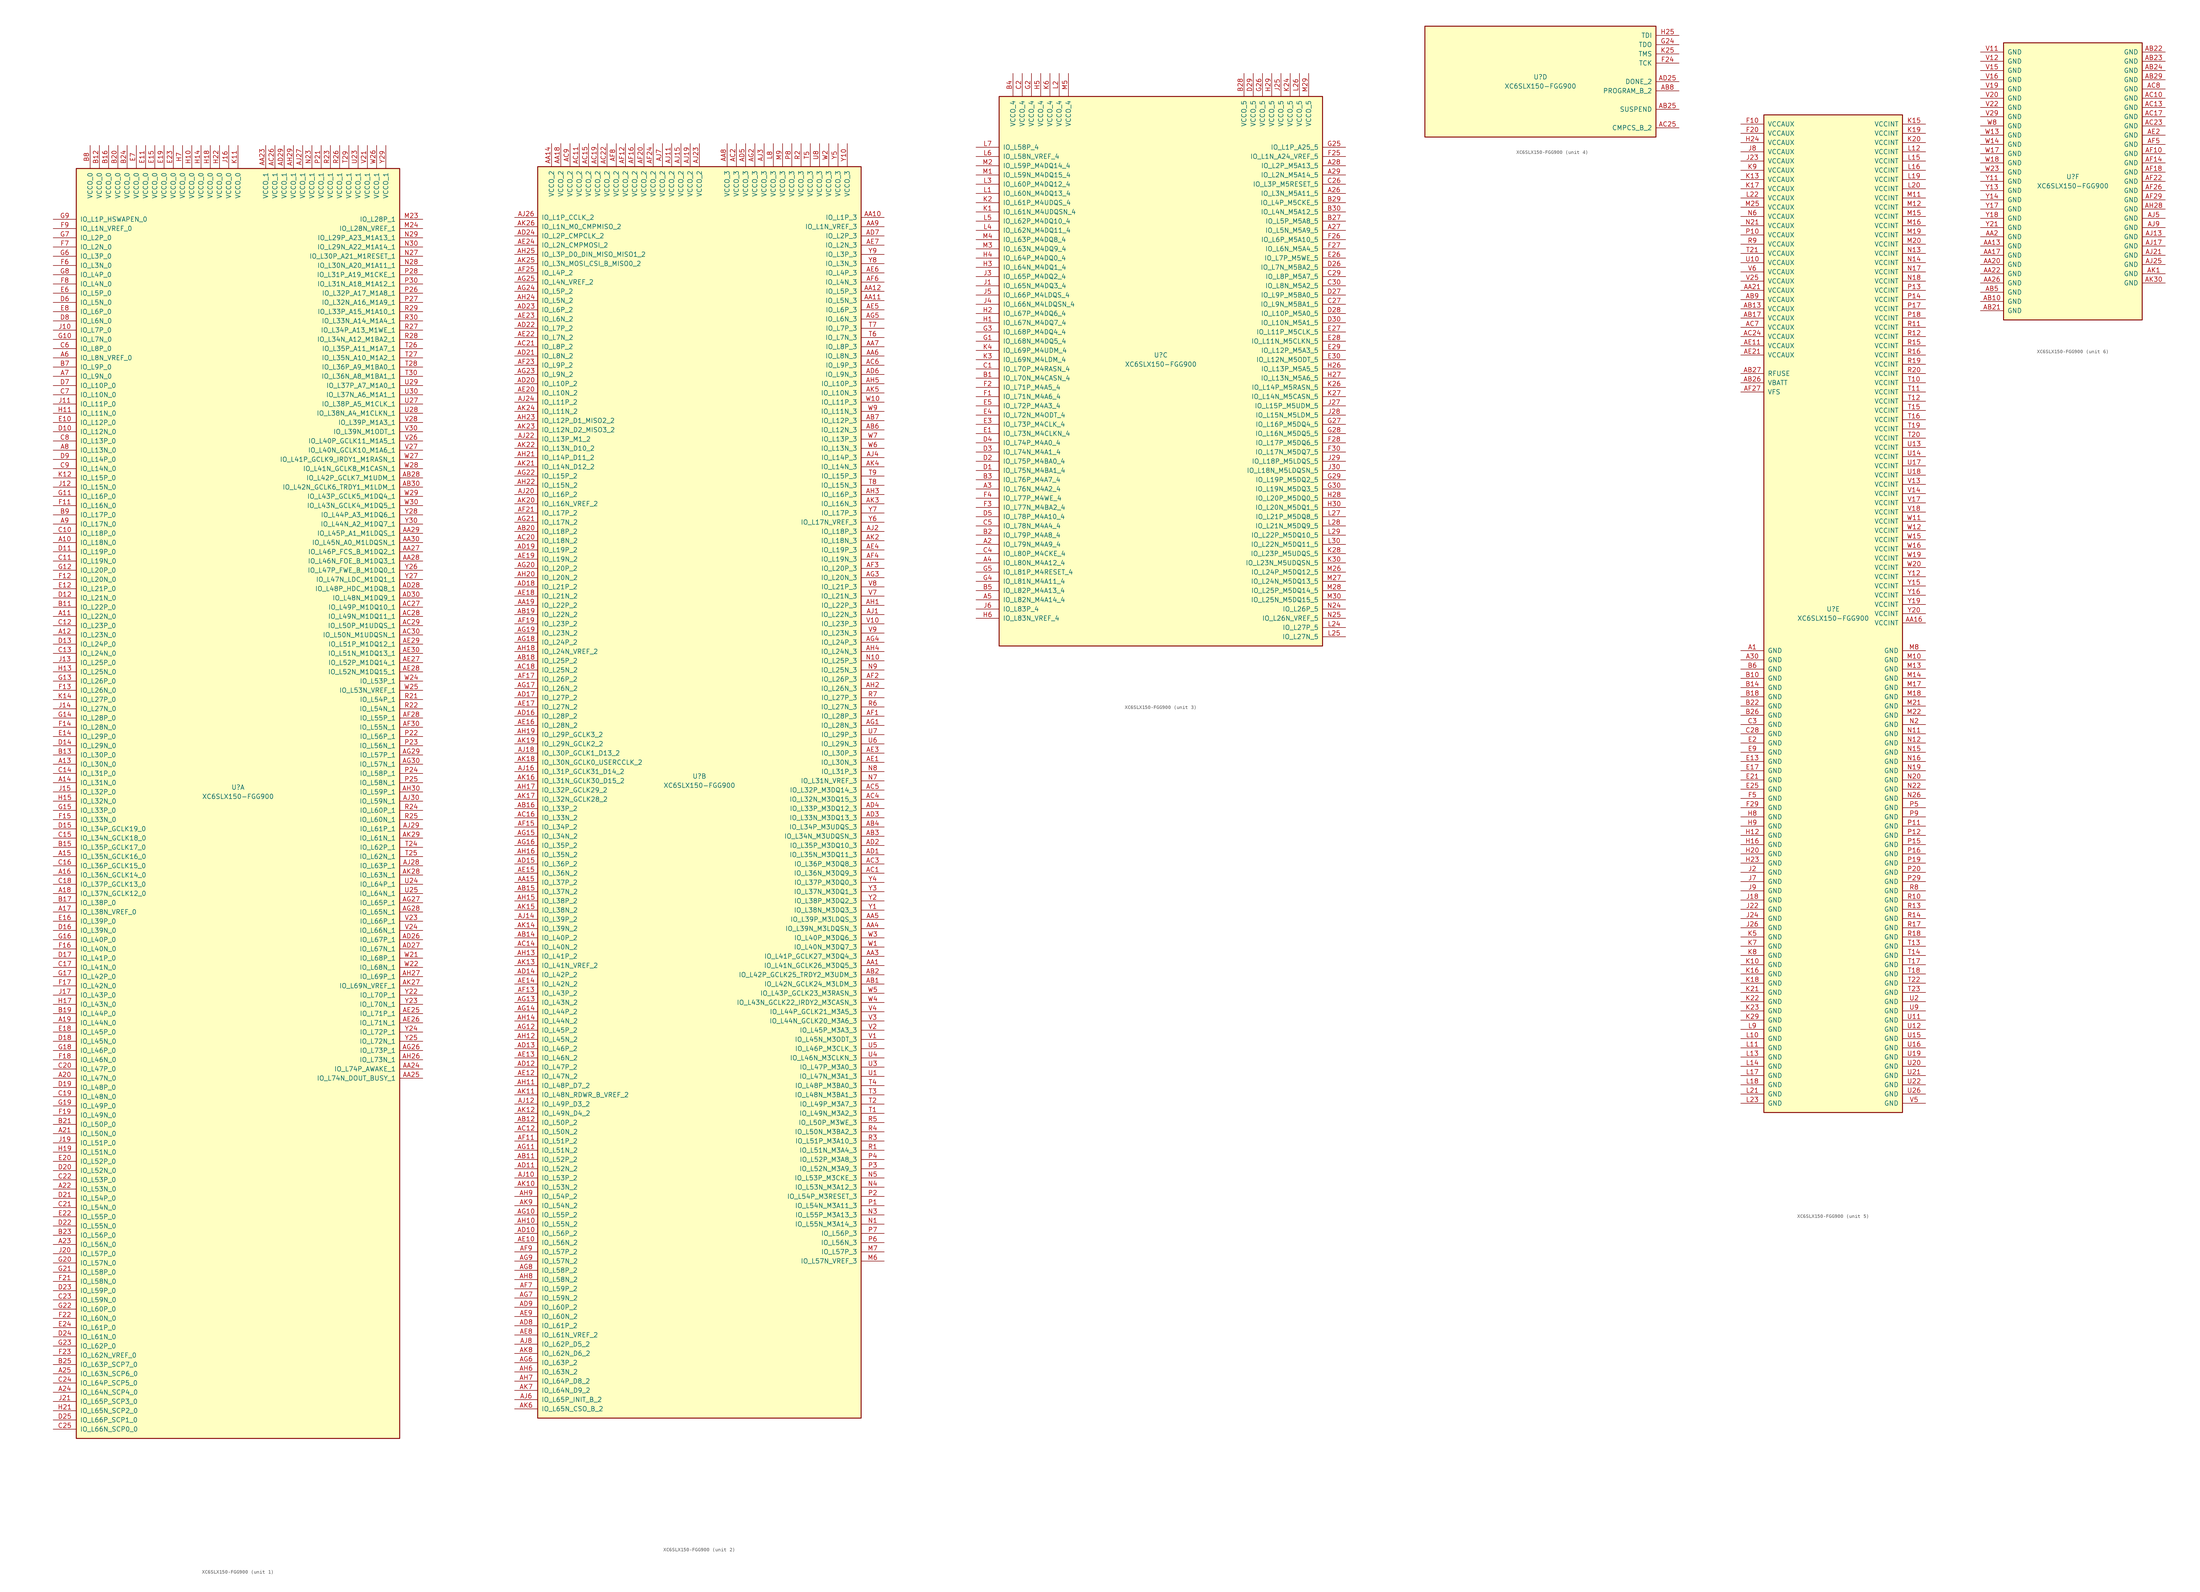
<source format=kicad_sym>
(kicad_symbol_lib
  (version 20211014)
  (generator kicad_symbol_editor)
  (symbol "XC6SLX150-FGG900"
    (pin_names
      (offset 1.016))
    (property "Reference" "U"
      (at 0 1.27 0)
      (effects (font (size 1.27 1.27))))
    (property "Value" "XC6SLX150-FGG900"
      (at 0 -1.27 0)
      (effects (font (size 1.27 1.27))))
    (property "Datasheet" ""
      (at 0 0 0)
      (effects (font (size 1.27 1.27))))
    (property "ki_locked" ""
      (at 0 0 0)
      (effects (font (size 1.27 1.27))))
    (symbol "XC6SLX150-FGG900_1_1"
      (rectangle (start -44.45 171.45) (end 44.45 -177.8) (stroke (width 0.254) (type default) (color 0 0 0 0)) (fill (type background)))
      (pin bidirectional line (at -50.8 68.58 0) (length 6.35) (name "IO_L18N_0" (effects (font (size 1.27 1.27)))) (number "A10" (effects (font (size 1.27 1.27)))))
      (pin bidirectional line (at -50.8 48.26 0) (length 6.35) (name "IO_L22N_0" (effects (font (size 1.27 1.27)))) (number "A11" (effects (font (size 1.27 1.27)))))
      (pin bidirectional line (at -50.8 43.18 0) (length 6.35) (name "IO_L23N_0" (effects (font (size 1.27 1.27)))) (number "A12" (effects (font (size 1.27 1.27)))))
      (pin bidirectional line (at -50.8 7.62 0) (length 6.35) (name "IO_L30N_0" (effects (font (size 1.27 1.27)))) (number "A13" (effects (font (size 1.27 1.27)))))
      (pin bidirectional line (at -50.8 2.54 0) (length 6.35) (name "IO_L31N_0" (effects (font (size 1.27 1.27)))) (number "A14" (effects (font (size 1.27 1.27)))))
      (pin bidirectional line (at -50.8 -17.78 0) (length 6.35) (name "IO_L35N_GCLK16_0" (effects (font (size 1.27 1.27)))) (number "A15" (effects (font (size 1.27 1.27)))))
      (pin bidirectional line (at -50.8 -22.86 0) (length 6.35) (name "IO_L36N_GCLK14_0" (effects (font (size 1.27 1.27)))) (number "A16" (effects (font (size 1.27 1.27)))))
      (pin bidirectional line (at -50.8 -33.02 0) (length 6.35) (name "IO_L38N_VREF_0" (effects (font (size 1.27 1.27)))) (number "A17" (effects (font (size 1.27 1.27)))))
      (pin bidirectional line (at -50.8 -27.94 0) (length 6.35) (name "IO_L37N_GCLK12_0" (effects (font (size 1.27 1.27)))) (number "A18" (effects (font (size 1.27 1.27)))))
      (pin bidirectional line (at -50.8 -63.5 0) (length 6.35) (name "IO_L44N_0" (effects (font (size 1.27 1.27)))) (number "A19" (effects (font (size 1.27 1.27)))))
      (pin bidirectional line (at -50.8 -78.74 0) (length 6.35) (name "IO_L47N_0" (effects (font (size 1.27 1.27)))) (number "A20" (effects (font (size 1.27 1.27)))))
      (pin bidirectional line (at -50.8 -93.98 0) (length 6.35) (name "IO_L50N_0" (effects (font (size 1.27 1.27)))) (number "A21" (effects (font (size 1.27 1.27)))))
      (pin bidirectional line (at -50.8 -109.22 0) (length 6.35) (name "IO_L53N_0" (effects (font (size 1.27 1.27)))) (number "A22" (effects (font (size 1.27 1.27)))))
      (pin bidirectional line (at -50.8 -124.46 0) (length 6.35) (name "IO_L56N_0" (effects (font (size 1.27 1.27)))) (number "A23" (effects (font (size 1.27 1.27)))))
      (pin bidirectional line (at -50.8 -165.1 0) (length 6.35) (name "IO_L64N_SCP4_0" (effects (font (size 1.27 1.27)))) (number "A24" (effects (font (size 1.27 1.27)))))
      (pin bidirectional line (at -50.8 -160.02 0) (length 6.35) (name "IO_L63N_SCP6_0" (effects (font (size 1.27 1.27)))) (number "A25" (effects (font (size 1.27 1.27)))))
      (pin bidirectional line (at -50.8 119.38 0) (length 6.35) (name "IO_L8N_VREF_0" (effects (font (size 1.27 1.27)))) (number "A6" (effects (font (size 1.27 1.27)))))
      (pin bidirectional line (at -50.8 114.3 0) (length 6.35) (name "IO_L9N_0" (effects (font (size 1.27 1.27)))) (number "A7" (effects (font (size 1.27 1.27)))))
      (pin bidirectional line (at -50.8 93.98 0) (length 6.35) (name "IO_L13N_0" (effects (font (size 1.27 1.27)))) (number "A8" (effects (font (size 1.27 1.27)))))
      (pin bidirectional line (at -50.8 73.66 0) (length 6.35) (name "IO_L17N_0" (effects (font (size 1.27 1.27)))) (number "A9" (effects (font (size 1.27 1.27)))))
      (pin power_in line (at 7.62 177.8 270) (length 6.35) (name "VCCO_1" (effects (font (size 1.27 1.27)))) (number "AA23" (effects (font (size 1.27 1.27)))))
      (pin bidirectional line (at 50.8 -76.2 180) (length 6.35) (name "IO_L74P_AWAKE_1" (effects (font (size 1.27 1.27)))) (number "AA24" (effects (font (size 1.27 1.27)))))
      (pin bidirectional line (at 50.8 -78.74 180) (length 6.35) (name "IO_L74N_DOUT_BUSY_1" (effects (font (size 1.27 1.27)))) (number "AA25" (effects (font (size 1.27 1.27)))))
      (pin bidirectional line (at 50.8 66.04 180) (length 6.35) (name "IO_L46P_FCS_B_M1DQ2_1" (effects (font (size 1.27 1.27)))) (number "AA27" (effects (font (size 1.27 1.27)))))
      (pin bidirectional line (at 50.8 63.5 180) (length 6.35) (name "IO_L46N_FOE_B_M1DQ3_1" (effects (font (size 1.27 1.27)))) (number "AA28" (effects (font (size 1.27 1.27)))))
      (pin bidirectional line (at 50.8 71.12 180) (length 6.35) (name "IO_L45P_A1_M1LDQS_1" (effects (font (size 1.27 1.27)))) (number "AA29" (effects (font (size 1.27 1.27)))))
      (pin bidirectional line (at 50.8 68.58 180) (length 6.35) (name "IO_L45N_A0_M1LDQSN_1" (effects (font (size 1.27 1.27)))) (number "AA30" (effects (font (size 1.27 1.27)))))
      (pin bidirectional line (at 50.8 86.36 180) (length 6.35) (name "IO_L42P_GCLK7_M1UDM_1" (effects (font (size 1.27 1.27)))) (number "AB28" (effects (font (size 1.27 1.27)))))
      (pin bidirectional line (at 50.8 83.82 180) (length 6.35) (name "IO_L42N_GCLK6_TRDY1_M1LDM_1" (effects (font (size 1.27 1.27)))) (number "AB30" (effects (font (size 1.27 1.27)))))
      (pin power_in line (at 10.16 177.8 270) (length 6.35) (name "VCCO_1" (effects (font (size 1.27 1.27)))) (number "AC26" (effects (font (size 1.27 1.27)))))
      (pin bidirectional line (at 50.8 50.8 180) (length 6.35) (name "IO_L49P_M1DQ10_1" (effects (font (size 1.27 1.27)))) (number "AC27" (effects (font (size 1.27 1.27)))))
      (pin bidirectional line (at 50.8 48.26 180) (length 6.35) (name "IO_L49N_M1DQ11_1" (effects (font (size 1.27 1.27)))) (number "AC28" (effects (font (size 1.27 1.27)))))
      (pin bidirectional line (at 50.8 45.72 180) (length 6.35) (name "IO_L50P_M1UDQS_1" (effects (font (size 1.27 1.27)))) (number "AC29" (effects (font (size 1.27 1.27)))))
      (pin bidirectional line (at 50.8 43.18 180) (length 6.35) (name "IO_L50N_M1UDQSN_1" (effects (font (size 1.27 1.27)))) (number "AC30" (effects (font (size 1.27 1.27)))))
      (pin bidirectional line (at 50.8 -40.64 180) (length 6.35) (name "IO_L67P_1" (effects (font (size 1.27 1.27)))) (number "AD26" (effects (font (size 1.27 1.27)))))
      (pin bidirectional line (at 50.8 -43.18 180) (length 6.35) (name "IO_L67N_1" (effects (font (size 1.27 1.27)))) (number "AD27" (effects (font (size 1.27 1.27)))))
      (pin bidirectional line (at 50.8 55.88 180) (length 6.35) (name "IO_L48P_HDC_M1DQ8_1" (effects (font (size 1.27 1.27)))) (number "AD28" (effects (font (size 1.27 1.27)))))
      (pin power_in line (at 12.7 177.8 270) (length 6.35) (name "VCCO_1" (effects (font (size 1.27 1.27)))) (number "AD29" (effects (font (size 1.27 1.27)))))
      (pin bidirectional line (at 50.8 53.34 180) (length 6.35) (name "IO_L48N_M1DQ9_1" (effects (font (size 1.27 1.27)))) (number "AD30" (effects (font (size 1.27 1.27)))))
      (pin bidirectional line (at 50.8 -60.96 180) (length 6.35) (name "IO_L71P_1" (effects (font (size 1.27 1.27)))) (number "AE25" (effects (font (size 1.27 1.27)))))
      (pin bidirectional line (at 50.8 -63.5 180) (length 6.35) (name "IO_L71N_1" (effects (font (size 1.27 1.27)))) (number "AE26" (effects (font (size 1.27 1.27)))))
      (pin bidirectional line (at 50.8 35.56 180) (length 6.35) (name "IO_L52P_M1DQ14_1" (effects (font (size 1.27 1.27)))) (number "AE27" (effects (font (size 1.27 1.27)))))
      (pin bidirectional line (at 50.8 33.02 180) (length 6.35) (name "IO_L52N_M1DQ15_1" (effects (font (size 1.27 1.27)))) (number "AE28" (effects (font (size 1.27 1.27)))))
      (pin bidirectional line (at 50.8 40.64 180) (length 6.35) (name "IO_L51P_M1DQ12_1" (effects (font (size 1.27 1.27)))) (number "AE29" (effects (font (size 1.27 1.27)))))
      (pin bidirectional line (at 50.8 38.1 180) (length 6.35) (name "IO_L51N_M1DQ13_1" (effects (font (size 1.27 1.27)))) (number "AE30" (effects (font (size 1.27 1.27)))))
      (pin bidirectional line (at 50.8 20.32 180) (length 6.35) (name "IO_L55P_1" (effects (font (size 1.27 1.27)))) (number "AF28" (effects (font (size 1.27 1.27)))))
      (pin bidirectional line (at 50.8 17.78 180) (length 6.35) (name "IO_L55N_1" (effects (font (size 1.27 1.27)))) (number "AF30" (effects (font (size 1.27 1.27)))))
      (pin bidirectional line (at 50.8 -71.12 180) (length 6.35) (name "IO_L73P_1" (effects (font (size 1.27 1.27)))) (number "AG26" (effects (font (size 1.27 1.27)))))
      (pin bidirectional line (at 50.8 -30.48 180) (length 6.35) (name "IO_L65P_1" (effects (font (size 1.27 1.27)))) (number "AG27" (effects (font (size 1.27 1.27)))))
      (pin bidirectional line (at 50.8 -33.02 180) (length 6.35) (name "IO_L65N_1" (effects (font (size 1.27 1.27)))) (number "AG28" (effects (font (size 1.27 1.27)))))
      (pin bidirectional line (at 50.8 10.16 180) (length 6.35) (name "IO_L57P_1" (effects (font (size 1.27 1.27)))) (number "AG29" (effects (font (size 1.27 1.27)))))
      (pin bidirectional line (at 50.8 7.62 180) (length 6.35) (name "IO_L57N_1" (effects (font (size 1.27 1.27)))) (number "AG30" (effects (font (size 1.27 1.27)))))
      (pin bidirectional line (at 50.8 -73.66 180) (length 6.35) (name "IO_L73N_1" (effects (font (size 1.27 1.27)))) (number "AH26" (effects (font (size 1.27 1.27)))))
      (pin bidirectional line (at 50.8 -50.8 180) (length 6.35) (name "IO_L69P_1" (effects (font (size 1.27 1.27)))) (number "AH27" (effects (font (size 1.27 1.27)))))
      (pin power_in line (at 15.24 177.8 270) (length 6.35) (name "VCCO_1" (effects (font (size 1.27 1.27)))) (number "AH29" (effects (font (size 1.27 1.27)))))
      (pin bidirectional line (at 50.8 0 180) (length 6.35) (name "IO_L59P_1" (effects (font (size 1.27 1.27)))) (number "AH30" (effects (font (size 1.27 1.27)))))
      (pin power_in line (at 17.78 177.8 270) (length 6.35) (name "VCCO_1" (effects (font (size 1.27 1.27)))) (number "AJ27" (effects (font (size 1.27 1.27)))))
      (pin bidirectional line (at 50.8 -20.32 180) (length 6.35) (name "IO_L63P_1" (effects (font (size 1.27 1.27)))) (number "AJ28" (effects (font (size 1.27 1.27)))))
      (pin bidirectional line (at 50.8 -10.16 180) (length 6.35) (name "IO_L61P_1" (effects (font (size 1.27 1.27)))) (number "AJ29" (effects (font (size 1.27 1.27)))))
      (pin bidirectional line (at 50.8 -2.54 180) (length 6.35) (name "IO_L59N_1" (effects (font (size 1.27 1.27)))) (number "AJ30" (effects (font (size 1.27 1.27)))))
      (pin bidirectional line (at 50.8 -53.34 180) (length 6.35) (name "IO_L69N_VREF_1" (effects (font (size 1.27 1.27)))) (number "AK27" (effects (font (size 1.27 1.27)))))
      (pin bidirectional line (at 50.8 -22.86 180) (length 6.35) (name "IO_L63N_1" (effects (font (size 1.27 1.27)))) (number "AK28" (effects (font (size 1.27 1.27)))))
      (pin bidirectional line (at 50.8 -12.7 180) (length 6.35) (name "IO_L61N_1" (effects (font (size 1.27 1.27)))) (number "AK29" (effects (font (size 1.27 1.27)))))
      (pin bidirectional line (at -50.8 50.8 0) (length 6.35) (name "IO_L22P_0" (effects (font (size 1.27 1.27)))) (number "B11" (effects (font (size 1.27 1.27)))))
      (pin power_in line (at -38.1 177.8 270) (length 6.35) (name "VCCO_0" (effects (font (size 1.27 1.27)))) (number "B12" (effects (font (size 1.27 1.27)))))
      (pin bidirectional line (at -50.8 10.16 0) (length 6.35) (name "IO_L30P_0" (effects (font (size 1.27 1.27)))) (number "B13" (effects (font (size 1.27 1.27)))))
      (pin bidirectional line (at -50.8 -15.24 0) (length 6.35) (name "IO_L35P_GCLK17_0" (effects (font (size 1.27 1.27)))) (number "B15" (effects (font (size 1.27 1.27)))))
      (pin power_in line (at -35.56 177.8 270) (length 6.35) (name "VCCO_0" (effects (font (size 1.27 1.27)))) (number "B16" (effects (font (size 1.27 1.27)))))
      (pin bidirectional line (at -50.8 -30.48 0) (length 6.35) (name "IO_L38P_0" (effects (font (size 1.27 1.27)))) (number "B17" (effects (font (size 1.27 1.27)))))
      (pin bidirectional line (at -50.8 -60.96 0) (length 6.35) (name "IO_L44P_0" (effects (font (size 1.27 1.27)))) (number "B19" (effects (font (size 1.27 1.27)))))
      (pin power_in line (at -33.02 177.8 270) (length 6.35) (name "VCCO_0" (effects (font (size 1.27 1.27)))) (number "B20" (effects (font (size 1.27 1.27)))))
      (pin bidirectional line (at -50.8 -91.44 0) (length 6.35) (name "IO_L50P_0" (effects (font (size 1.27 1.27)))) (number "B21" (effects (font (size 1.27 1.27)))))
      (pin bidirectional line (at -50.8 -121.92 0) (length 6.35) (name "IO_L56P_0" (effects (font (size 1.27 1.27)))) (number "B23" (effects (font (size 1.27 1.27)))))
      (pin power_in line (at -30.48 177.8 270) (length 6.35) (name "VCCO_0" (effects (font (size 1.27 1.27)))) (number "B24" (effects (font (size 1.27 1.27)))))
      (pin bidirectional line (at -50.8 -157.48 0) (length 6.35) (name "IO_L63P_SCP7_0" (effects (font (size 1.27 1.27)))) (number "B25" (effects (font (size 1.27 1.27)))))
      (pin bidirectional line (at -50.8 116.84 0) (length 6.35) (name "IO_L9P_0" (effects (font (size 1.27 1.27)))) (number "B7" (effects (font (size 1.27 1.27)))))
      (pin power_in line (at -40.64 177.8 270) (length 6.35) (name "VCCO_0" (effects (font (size 1.27 1.27)))) (number "B8" (effects (font (size 1.27 1.27)))))
      (pin bidirectional line (at -50.8 76.2 0) (length 6.35) (name "IO_L17P_0" (effects (font (size 1.27 1.27)))) (number "B9" (effects (font (size 1.27 1.27)))))
      (pin bidirectional line (at -50.8 71.12 0) (length 6.35) (name "IO_L18P_0" (effects (font (size 1.27 1.27)))) (number "C10" (effects (font (size 1.27 1.27)))))
      (pin bidirectional line (at -50.8 63.5 0) (length 6.35) (name "IO_L19N_0" (effects (font (size 1.27 1.27)))) (number "C11" (effects (font (size 1.27 1.27)))))
      (pin bidirectional line (at -50.8 45.72 0) (length 6.35) (name "IO_L23P_0" (effects (font (size 1.27 1.27)))) (number "C12" (effects (font (size 1.27 1.27)))))
      (pin bidirectional line (at -50.8 38.1 0) (length 6.35) (name "IO_L24N_0" (effects (font (size 1.27 1.27)))) (number "C13" (effects (font (size 1.27 1.27)))))
      (pin bidirectional line (at -50.8 5.08 0) (length 6.35) (name "IO_L31P_0" (effects (font (size 1.27 1.27)))) (number "C14" (effects (font (size 1.27 1.27)))))
      (pin bidirectional line (at -50.8 -12.7 0) (length 6.35) (name "IO_L34N_GCLK18_0" (effects (font (size 1.27 1.27)))) (number "C15" (effects (font (size 1.27 1.27)))))
      (pin bidirectional line (at -50.8 -20.32 0) (length 6.35) (name "IO_L36P_GCLK15_0" (effects (font (size 1.27 1.27)))) (number "C16" (effects (font (size 1.27 1.27)))))
      (pin bidirectional line (at -50.8 -48.26 0) (length 6.35) (name "IO_L41N_0" (effects (font (size 1.27 1.27)))) (number "C17" (effects (font (size 1.27 1.27)))))
      (pin bidirectional line (at -50.8 -25.4 0) (length 6.35) (name "IO_L37P_GCLK13_0" (effects (font (size 1.27 1.27)))) (number "C18" (effects (font (size 1.27 1.27)))))
      (pin bidirectional line (at -50.8 -83.82 0) (length 6.35) (name "IO_L48N_0" (effects (font (size 1.27 1.27)))) (number "C19" (effects (font (size 1.27 1.27)))))
      (pin bidirectional line (at -50.8 -76.2 0) (length 6.35) (name "IO_L47P_0" (effects (font (size 1.27 1.27)))) (number "C20" (effects (font (size 1.27 1.27)))))
      (pin bidirectional line (at -50.8 -114.3 0) (length 6.35) (name "IO_L54N_0" (effects (font (size 1.27 1.27)))) (number "C21" (effects (font (size 1.27 1.27)))))
      (pin bidirectional line (at -50.8 -106.68 0) (length 6.35) (name "IO_L53P_0" (effects (font (size 1.27 1.27)))) (number "C22" (effects (font (size 1.27 1.27)))))
      (pin bidirectional line (at -50.8 -139.7 0) (length 6.35) (name "IO_L59N_0" (effects (font (size 1.27 1.27)))) (number "C23" (effects (font (size 1.27 1.27)))))
      (pin bidirectional line (at -50.8 -162.56 0) (length 6.35) (name "IO_L64P_SCP5_0" (effects (font (size 1.27 1.27)))) (number "C24" (effects (font (size 1.27 1.27)))))
      (pin bidirectional line (at -50.8 -175.26 0) (length 6.35) (name "IO_L66N_SCP0_0" (effects (font (size 1.27 1.27)))) (number "C25" (effects (font (size 1.27 1.27)))))
      (pin bidirectional line (at -50.8 121.92 0) (length 6.35) (name "IO_L8P_0" (effects (font (size 1.27 1.27)))) (number "C6" (effects (font (size 1.27 1.27)))))
      (pin bidirectional line (at -50.8 109.22 0) (length 6.35) (name "IO_L10N_0" (effects (font (size 1.27 1.27)))) (number "C7" (effects (font (size 1.27 1.27)))))
      (pin bidirectional line (at -50.8 96.52 0) (length 6.35) (name "IO_L13P_0" (effects (font (size 1.27 1.27)))) (number "C8" (effects (font (size 1.27 1.27)))))
      (pin bidirectional line (at -50.8 88.9 0) (length 6.35) (name "IO_L14N_0" (effects (font (size 1.27 1.27)))) (number "C9" (effects (font (size 1.27 1.27)))))
      (pin bidirectional line (at -50.8 99.06 0) (length 6.35) (name "IO_L12N_0" (effects (font (size 1.27 1.27)))) (number "D10" (effects (font (size 1.27 1.27)))))
      (pin bidirectional line (at -50.8 66.04 0) (length 6.35) (name "IO_L19P_0" (effects (font (size 1.27 1.27)))) (number "D11" (effects (font (size 1.27 1.27)))))
      (pin bidirectional line (at -50.8 53.34 0) (length 6.35) (name "IO_L21N_0" (effects (font (size 1.27 1.27)))) (number "D12" (effects (font (size 1.27 1.27)))))
      (pin bidirectional line (at -50.8 40.64 0) (length 6.35) (name "IO_L24P_0" (effects (font (size 1.27 1.27)))) (number "D13" (effects (font (size 1.27 1.27)))))
      (pin bidirectional line (at -50.8 12.7 0) (length 6.35) (name "IO_L29N_0" (effects (font (size 1.27 1.27)))) (number "D14" (effects (font (size 1.27 1.27)))))
      (pin bidirectional line (at -50.8 -10.16 0) (length 6.35) (name "IO_L34P_GCLK19_0" (effects (font (size 1.27 1.27)))) (number "D15" (effects (font (size 1.27 1.27)))))
      (pin bidirectional line (at -50.8 -38.1 0) (length 6.35) (name "IO_L39N_0" (effects (font (size 1.27 1.27)))) (number "D16" (effects (font (size 1.27 1.27)))))
      (pin bidirectional line (at -50.8 -45.72 0) (length 6.35) (name "IO_L41P_0" (effects (font (size 1.27 1.27)))) (number "D17" (effects (font (size 1.27 1.27)))))
      (pin bidirectional line (at -50.8 -68.58 0) (length 6.35) (name "IO_L45N_0" (effects (font (size 1.27 1.27)))) (number "D18" (effects (font (size 1.27 1.27)))))
      (pin bidirectional line (at -50.8 -81.28 0) (length 6.35) (name "IO_L48P_0" (effects (font (size 1.27 1.27)))) (number "D19" (effects (font (size 1.27 1.27)))))
      (pin bidirectional line (at -50.8 -104.14 0) (length 6.35) (name "IO_L52N_0" (effects (font (size 1.27 1.27)))) (number "D20" (effects (font (size 1.27 1.27)))))
      (pin bidirectional line (at -50.8 -111.76 0) (length 6.35) (name "IO_L54P_0" (effects (font (size 1.27 1.27)))) (number "D21" (effects (font (size 1.27 1.27)))))
      (pin bidirectional line (at -50.8 -119.38 0) (length 6.35) (name "IO_L55N_0" (effects (font (size 1.27 1.27)))) (number "D22" (effects (font (size 1.27 1.27)))))
      (pin bidirectional line (at -50.8 -137.16 0) (length 6.35) (name "IO_L59P_0" (effects (font (size 1.27 1.27)))) (number "D23" (effects (font (size 1.27 1.27)))))
      (pin bidirectional line (at -50.8 -149.86 0) (length 6.35) (name "IO_L61N_0" (effects (font (size 1.27 1.27)))) (number "D24" (effects (font (size 1.27 1.27)))))
      (pin bidirectional line (at -50.8 -172.72 0) (length 6.35) (name "IO_L66P_SCP1_0" (effects (font (size 1.27 1.27)))) (number "D25" (effects (font (size 1.27 1.27)))))
      (pin bidirectional line (at -50.8 134.62 0) (length 6.35) (name "IO_L5N_0" (effects (font (size 1.27 1.27)))) (number "D6" (effects (font (size 1.27 1.27)))))
      (pin bidirectional line (at -50.8 111.76 0) (length 6.35) (name "IO_L10P_0" (effects (font (size 1.27 1.27)))) (number "D7" (effects (font (size 1.27 1.27)))))
      (pin bidirectional line (at -50.8 129.54 0) (length 6.35) (name "IO_L6N_0" (effects (font (size 1.27 1.27)))) (number "D8" (effects (font (size 1.27 1.27)))))
      (pin bidirectional line (at -50.8 91.44 0) (length 6.35) (name "IO_L14P_0" (effects (font (size 1.27 1.27)))) (number "D9" (effects (font (size 1.27 1.27)))))
      (pin bidirectional line (at -50.8 101.6 0) (length 6.35) (name "IO_L12P_0" (effects (font (size 1.27 1.27)))) (number "E10" (effects (font (size 1.27 1.27)))))
      (pin power_in line (at -25.4 177.8 270) (length 6.35) (name "VCCO_0" (effects (font (size 1.27 1.27)))) (number "E11" (effects (font (size 1.27 1.27)))))
      (pin bidirectional line (at -50.8 55.88 0) (length 6.35) (name "IO_L21P_0" (effects (font (size 1.27 1.27)))) (number "E12" (effects (font (size 1.27 1.27)))))
      (pin bidirectional line (at -50.8 15.24 0) (length 6.35) (name "IO_L29P_0" (effects (font (size 1.27 1.27)))) (number "E14" (effects (font (size 1.27 1.27)))))
      (pin power_in line (at -22.86 177.8 270) (length 6.35) (name "VCCO_0" (effects (font (size 1.27 1.27)))) (number "E15" (effects (font (size 1.27 1.27)))))
      (pin bidirectional line (at -50.8 -35.56 0) (length 6.35) (name "IO_L39P_0" (effects (font (size 1.27 1.27)))) (number "E16" (effects (font (size 1.27 1.27)))))
      (pin bidirectional line (at -50.8 -66.04 0) (length 6.35) (name "IO_L45P_0" (effects (font (size 1.27 1.27)))) (number "E18" (effects (font (size 1.27 1.27)))))
      (pin power_in line (at -20.32 177.8 270) (length 6.35) (name "VCCO_0" (effects (font (size 1.27 1.27)))) (number "E19" (effects (font (size 1.27 1.27)))))
      (pin bidirectional line (at -50.8 -101.6 0) (length 6.35) (name "IO_L52P_0" (effects (font (size 1.27 1.27)))) (number "E20" (effects (font (size 1.27 1.27)))))
      (pin bidirectional line (at -50.8 -116.84 0) (length 6.35) (name "IO_L55P_0" (effects (font (size 1.27 1.27)))) (number "E22" (effects (font (size 1.27 1.27)))))
      (pin power_in line (at -17.78 177.8 270) (length 6.35) (name "VCCO_0" (effects (font (size 1.27 1.27)))) (number "E23" (effects (font (size 1.27 1.27)))))
      (pin bidirectional line (at -50.8 -147.32 0) (length 6.35) (name "IO_L61P_0" (effects (font (size 1.27 1.27)))) (number "E24" (effects (font (size 1.27 1.27)))))
      (pin bidirectional line (at -50.8 137.16 0) (length 6.35) (name "IO_L5P_0" (effects (font (size 1.27 1.27)))) (number "E6" (effects (font (size 1.27 1.27)))))
      (pin power_in line (at -27.94 177.8 270) (length 6.35) (name "VCCO_0" (effects (font (size 1.27 1.27)))) (number "E7" (effects (font (size 1.27 1.27)))))
      (pin bidirectional line (at -50.8 132.08 0) (length 6.35) (name "IO_L6P_0" (effects (font (size 1.27 1.27)))) (number "E8" (effects (font (size 1.27 1.27)))))
      (pin bidirectional line (at -50.8 78.74 0) (length 6.35) (name "IO_L16N_0" (effects (font (size 1.27 1.27)))) (number "F11" (effects (font (size 1.27 1.27)))))
      (pin bidirectional line (at -50.8 58.42 0) (length 6.35) (name "IO_L20N_0" (effects (font (size 1.27 1.27)))) (number "F12" (effects (font (size 1.27 1.27)))))
      (pin bidirectional line (at -50.8 27.94 0) (length 6.35) (name "IO_L26N_0" (effects (font (size 1.27 1.27)))) (number "F13" (effects (font (size 1.27 1.27)))))
      (pin bidirectional line (at -50.8 17.78 0) (length 6.35) (name "IO_L28N_0" (effects (font (size 1.27 1.27)))) (number "F14" (effects (font (size 1.27 1.27)))))
      (pin bidirectional line (at -50.8 -7.62 0) (length 6.35) (name "IO_L33N_0" (effects (font (size 1.27 1.27)))) (number "F15" (effects (font (size 1.27 1.27)))))
      (pin bidirectional line (at -50.8 -43.18 0) (length 6.35) (name "IO_L40N_0" (effects (font (size 1.27 1.27)))) (number "F16" (effects (font (size 1.27 1.27)))))
      (pin bidirectional line (at -50.8 -53.34 0) (length 6.35) (name "IO_L42N_0" (effects (font (size 1.27 1.27)))) (number "F17" (effects (font (size 1.27 1.27)))))
      (pin bidirectional line (at -50.8 -73.66 0) (length 6.35) (name "IO_L46N_0" (effects (font (size 1.27 1.27)))) (number "F18" (effects (font (size 1.27 1.27)))))
      (pin bidirectional line (at -50.8 -88.9 0) (length 6.35) (name "IO_L49N_0" (effects (font (size 1.27 1.27)))) (number "F19" (effects (font (size 1.27 1.27)))))
      (pin bidirectional line (at -50.8 -134.62 0) (length 6.35) (name "IO_L58N_0" (effects (font (size 1.27 1.27)))) (number "F21" (effects (font (size 1.27 1.27)))))
      (pin bidirectional line (at -50.8 -144.78 0) (length 6.35) (name "IO_L60N_0" (effects (font (size 1.27 1.27)))) (number "F22" (effects (font (size 1.27 1.27)))))
      (pin bidirectional line (at -50.8 -154.94 0) (length 6.35) (name "IO_L62N_VREF_0" (effects (font (size 1.27 1.27)))) (number "F23" (effects (font (size 1.27 1.27)))))
      (pin bidirectional line (at -50.8 144.78 0) (length 6.35) (name "IO_L3N_0" (effects (font (size 1.27 1.27)))) (number "F6" (effects (font (size 1.27 1.27)))))
      (pin bidirectional line (at -50.8 149.86 0) (length 6.35) (name "IO_L2N_0" (effects (font (size 1.27 1.27)))) (number "F7" (effects (font (size 1.27 1.27)))))
      (pin bidirectional line (at -50.8 139.7 0) (length 6.35) (name "IO_L4N_0" (effects (font (size 1.27 1.27)))) (number "F8" (effects (font (size 1.27 1.27)))))
      (pin bidirectional line (at -50.8 154.94 0) (length 6.35) (name "IO_L1N_VREF_0" (effects (font (size 1.27 1.27)))) (number "F9" (effects (font (size 1.27 1.27)))))
      (pin bidirectional line (at -50.8 124.46 0) (length 6.35) (name "IO_L7N_0" (effects (font (size 1.27 1.27)))) (number "G10" (effects (font (size 1.27 1.27)))))
      (pin bidirectional line (at -50.8 81.28 0) (length 6.35) (name "IO_L16P_0" (effects (font (size 1.27 1.27)))) (number "G11" (effects (font (size 1.27 1.27)))))
      (pin bidirectional line (at -50.8 60.96 0) (length 6.35) (name "IO_L20P_0" (effects (font (size 1.27 1.27)))) (number "G12" (effects (font (size 1.27 1.27)))))
      (pin bidirectional line (at -50.8 30.48 0) (length 6.35) (name "IO_L26P_0" (effects (font (size 1.27 1.27)))) (number "G13" (effects (font (size 1.27 1.27)))))
      (pin bidirectional line (at -50.8 20.32 0) (length 6.35) (name "IO_L28P_0" (effects (font (size 1.27 1.27)))) (number "G14" (effects (font (size 1.27 1.27)))))
      (pin bidirectional line (at -50.8 -5.08 0) (length 6.35) (name "IO_L33P_0" (effects (font (size 1.27 1.27)))) (number "G15" (effects (font (size 1.27 1.27)))))
      (pin bidirectional line (at -50.8 -40.64 0) (length 6.35) (name "IO_L40P_0" (effects (font (size 1.27 1.27)))) (number "G16" (effects (font (size 1.27 1.27)))))
      (pin bidirectional line (at -50.8 -50.8 0) (length 6.35) (name "IO_L42P_0" (effects (font (size 1.27 1.27)))) (number "G17" (effects (font (size 1.27 1.27)))))
      (pin bidirectional line (at -50.8 -71.12 0) (length 6.35) (name "IO_L46P_0" (effects (font (size 1.27 1.27)))) (number "G18" (effects (font (size 1.27 1.27)))))
      (pin bidirectional line (at -50.8 -86.36 0) (length 6.35) (name "IO_L49P_0" (effects (font (size 1.27 1.27)))) (number "G19" (effects (font (size 1.27 1.27)))))
      (pin bidirectional line (at -50.8 -129.54 0) (length 6.35) (name "IO_L57N_0" (effects (font (size 1.27 1.27)))) (number "G20" (effects (font (size 1.27 1.27)))))
      (pin bidirectional line (at -50.8 -132.08 0) (length 6.35) (name "IO_L58P_0" (effects (font (size 1.27 1.27)))) (number "G21" (effects (font (size 1.27 1.27)))))
      (pin bidirectional line (at -50.8 -142.24 0) (length 6.35) (name "IO_L60P_0" (effects (font (size 1.27 1.27)))) (number "G22" (effects (font (size 1.27 1.27)))))
      (pin bidirectional line (at -50.8 -152.4 0) (length 6.35) (name "IO_L62P_0" (effects (font (size 1.27 1.27)))) (number "G23" (effects (font (size 1.27 1.27)))))
      (pin bidirectional line (at -50.8 147.32 0) (length 6.35) (name "IO_L3P_0" (effects (font (size 1.27 1.27)))) (number "G6" (effects (font (size 1.27 1.27)))))
      (pin bidirectional line (at -50.8 152.4 0) (length 6.35) (name "IO_L2P_0" (effects (font (size 1.27 1.27)))) (number "G7" (effects (font (size 1.27 1.27)))))
      (pin bidirectional line (at -50.8 142.24 0) (length 6.35) (name "IO_L4P_0" (effects (font (size 1.27 1.27)))) (number "G8" (effects (font (size 1.27 1.27)))))
      (pin bidirectional line (at -50.8 157.48 0) (length 6.35) (name "IO_L1P_HSWAPEN_0" (effects (font (size 1.27 1.27)))) (number "G9" (effects (font (size 1.27 1.27)))))
      (pin power_in line (at -12.7 177.8 270) (length 6.35) (name "VCCO_0" (effects (font (size 1.27 1.27)))) (number "H10" (effects (font (size 1.27 1.27)))))
      (pin bidirectional line (at -50.8 104.14 0) (length 6.35) (name "IO_L11N_0" (effects (font (size 1.27 1.27)))) (number "H11" (effects (font (size 1.27 1.27)))))
      (pin bidirectional line (at -50.8 33.02 0) (length 6.35) (name "IO_L25N_0" (effects (font (size 1.27 1.27)))) (number "H13" (effects (font (size 1.27 1.27)))))
      (pin power_in line (at -10.16 177.8 270) (length 6.35) (name "VCCO_0" (effects (font (size 1.27 1.27)))) (number "H14" (effects (font (size 1.27 1.27)))))
      (pin bidirectional line (at -50.8 -2.54 0) (length 6.35) (name "IO_L32N_0" (effects (font (size 1.27 1.27)))) (number "H15" (effects (font (size 1.27 1.27)))))
      (pin bidirectional line (at -50.8 -58.42 0) (length 6.35) (name "IO_L43N_0" (effects (font (size 1.27 1.27)))) (number "H17" (effects (font (size 1.27 1.27)))))
      (pin power_in line (at -7.62 177.8 270) (length 6.35) (name "VCCO_0" (effects (font (size 1.27 1.27)))) (number "H18" (effects (font (size 1.27 1.27)))))
      (pin bidirectional line (at -50.8 -99.06 0) (length 6.35) (name "IO_L51N_0" (effects (font (size 1.27 1.27)))) (number "H19" (effects (font (size 1.27 1.27)))))
      (pin bidirectional line (at -50.8 -170.18 0) (length 6.35) (name "IO_L65N_SCP2_0" (effects (font (size 1.27 1.27)))) (number "H21" (effects (font (size 1.27 1.27)))))
      (pin power_in line (at -5.08 177.8 270) (length 6.35) (name "VCCO_0" (effects (font (size 1.27 1.27)))) (number "H22" (effects (font (size 1.27 1.27)))))
      (pin power_in line (at -15.24 177.8 270) (length 6.35) (name "VCCO_0" (effects (font (size 1.27 1.27)))) (number "H7" (effects (font (size 1.27 1.27)))))
      (pin bidirectional line (at -50.8 127 0) (length 6.35) (name "IO_L7P_0" (effects (font (size 1.27 1.27)))) (number "J10" (effects (font (size 1.27 1.27)))))
      (pin bidirectional line (at -50.8 106.68 0) (length 6.35) (name "IO_L11P_0" (effects (font (size 1.27 1.27)))) (number "J11" (effects (font (size 1.27 1.27)))))
      (pin bidirectional line (at -50.8 83.82 0) (length 6.35) (name "IO_L15N_0" (effects (font (size 1.27 1.27)))) (number "J12" (effects (font (size 1.27 1.27)))))
      (pin bidirectional line (at -50.8 35.56 0) (length 6.35) (name "IO_L25P_0" (effects (font (size 1.27 1.27)))) (number "J13" (effects (font (size 1.27 1.27)))))
      (pin bidirectional line (at -50.8 22.86 0) (length 6.35) (name "IO_L27N_0" (effects (font (size 1.27 1.27)))) (number "J14" (effects (font (size 1.27 1.27)))))
      (pin bidirectional line (at -50.8 0 0) (length 6.35) (name "IO_L32P_0" (effects (font (size 1.27 1.27)))) (number "J15" (effects (font (size 1.27 1.27)))))
      (pin power_in line (at -2.54 177.8 270) (length 6.35) (name "VCCO_0" (effects (font (size 1.27 1.27)))) (number "J16" (effects (font (size 1.27 1.27)))))
      (pin bidirectional line (at -50.8 -55.88 0) (length 6.35) (name "IO_L43P_0" (effects (font (size 1.27 1.27)))) (number "J17" (effects (font (size 1.27 1.27)))))
      (pin bidirectional line (at -50.8 -96.52 0) (length 6.35) (name "IO_L51P_0" (effects (font (size 1.27 1.27)))) (number "J19" (effects (font (size 1.27 1.27)))))
      (pin bidirectional line (at -50.8 -127 0) (length 6.35) (name "IO_L57P_0" (effects (font (size 1.27 1.27)))) (number "J20" (effects (font (size 1.27 1.27)))))
      (pin bidirectional line (at -50.8 -167.64 0) (length 6.35) (name "IO_L65P_SCP3_0" (effects (font (size 1.27 1.27)))) (number "J21" (effects (font (size 1.27 1.27)))))
      (pin power_in line (at 0 177.8 270) (length 6.35) (name "VCCO_0" (effects (font (size 1.27 1.27)))) (number "K11" (effects (font (size 1.27 1.27)))))
      (pin bidirectional line (at -50.8 86.36 0) (length 6.35) (name "IO_L15P_0" (effects (font (size 1.27 1.27)))) (number "K12" (effects (font (size 1.27 1.27)))))
      (pin bidirectional line (at -50.8 25.4 0) (length 6.35) (name "IO_L27P_0" (effects (font (size 1.27 1.27)))) (number "K14" (effects (font (size 1.27 1.27)))))
      (pin bidirectional line (at 50.8 157.48 180) (length 6.35) (name "IO_L28P_1" (effects (font (size 1.27 1.27)))) (number "M23" (effects (font (size 1.27 1.27)))))
      (pin bidirectional line (at 50.8 154.94 180) (length 6.35) (name "IO_L28N_VREF_1" (effects (font (size 1.27 1.27)))) (number "M24" (effects (font (size 1.27 1.27)))))
      (pin power_in line (at 20.32 177.8 270) (length 6.35) (name "VCCO_1" (effects (font (size 1.27 1.27)))) (number "N23" (effects (font (size 1.27 1.27)))))
      (pin bidirectional line (at 50.8 147.32 180) (length 6.35) (name "IO_L30P_A21_M1RESET_1" (effects (font (size 1.27 1.27)))) (number "N27" (effects (font (size 1.27 1.27)))))
      (pin bidirectional line (at 50.8 144.78 180) (length 6.35) (name "IO_L30N_A20_M1A11_1" (effects (font (size 1.27 1.27)))) (number "N28" (effects (font (size 1.27 1.27)))))
      (pin bidirectional line (at 50.8 152.4 180) (length 6.35) (name "IO_L29P_A23_M1A13_1" (effects (font (size 1.27 1.27)))) (number "N29" (effects (font (size 1.27 1.27)))))
      (pin bidirectional line (at 50.8 149.86 180) (length 6.35) (name "IO_L29N_A22_M1A14_1" (effects (font (size 1.27 1.27)))) (number "N30" (effects (font (size 1.27 1.27)))))
      (pin power_in line (at 22.86 177.8 270) (length 6.35) (name "VCCO_1" (effects (font (size 1.27 1.27)))) (number "P21" (effects (font (size 1.27 1.27)))))
      (pin bidirectional line (at 50.8 15.24 180) (length 6.35) (name "IO_L56P_1" (effects (font (size 1.27 1.27)))) (number "P22" (effects (font (size 1.27 1.27)))))
      (pin bidirectional line (at 50.8 12.7 180) (length 6.35) (name "IO_L56N_1" (effects (font (size 1.27 1.27)))) (number "P23" (effects (font (size 1.27 1.27)))))
      (pin bidirectional line (at 50.8 5.08 180) (length 6.35) (name "IO_L58P_1" (effects (font (size 1.27 1.27)))) (number "P24" (effects (font (size 1.27 1.27)))))
      (pin bidirectional line (at 50.8 2.54 180) (length 6.35) (name "IO_L58N_1" (effects (font (size 1.27 1.27)))) (number "P25" (effects (font (size 1.27 1.27)))))
      (pin bidirectional line (at 50.8 137.16 180) (length 6.35) (name "IO_L32P_A17_M1A8_1" (effects (font (size 1.27 1.27)))) (number "P26" (effects (font (size 1.27 1.27)))))
      (pin bidirectional line (at 50.8 134.62 180) (length 6.35) (name "IO_L32N_A16_M1A9_1" (effects (font (size 1.27 1.27)))) (number "P27" (effects (font (size 1.27 1.27)))))
      (pin bidirectional line (at 50.8 142.24 180) (length 6.35) (name "IO_L31P_A19_M1CKE_1" (effects (font (size 1.27 1.27)))) (number "P28" (effects (font (size 1.27 1.27)))))
      (pin bidirectional line (at 50.8 139.7 180) (length 6.35) (name "IO_L31N_A18_M1A12_1" (effects (font (size 1.27 1.27)))) (number "P30" (effects (font (size 1.27 1.27)))))
      (pin bidirectional line (at 50.8 25.4 180) (length 6.35) (name "IO_L54P_1" (effects (font (size 1.27 1.27)))) (number "R21" (effects (font (size 1.27 1.27)))))
      (pin bidirectional line (at 50.8 22.86 180) (length 6.35) (name "IO_L54N_1" (effects (font (size 1.27 1.27)))) (number "R22" (effects (font (size 1.27 1.27)))))
      (pin power_in line (at 25.4 177.8 270) (length 6.35) (name "VCCO_1" (effects (font (size 1.27 1.27)))) (number "R23" (effects (font (size 1.27 1.27)))))
      (pin bidirectional line (at 50.8 -5.08 180) (length 6.35) (name "IO_L60P_1" (effects (font (size 1.27 1.27)))) (number "R24" (effects (font (size 1.27 1.27)))))
      (pin bidirectional line (at 50.8 -7.62 180) (length 6.35) (name "IO_L60N_1" (effects (font (size 1.27 1.27)))) (number "R25" (effects (font (size 1.27 1.27)))))
      (pin power_in line (at 27.94 177.8 270) (length 6.35) (name "VCCO_1" (effects (font (size 1.27 1.27)))) (number "R26" (effects (font (size 1.27 1.27)))))
      (pin bidirectional line (at 50.8 127 180) (length 6.35) (name "IO_L34P_A13_M1WE_1" (effects (font (size 1.27 1.27)))) (number "R27" (effects (font (size 1.27 1.27)))))
      (pin bidirectional line (at 50.8 124.46 180) (length 6.35) (name "IO_L34N_A12_M1BA2_1" (effects (font (size 1.27 1.27)))) (number "R28" (effects (font (size 1.27 1.27)))))
      (pin bidirectional line (at 50.8 132.08 180) (length 6.35) (name "IO_L33P_A15_M1A10_1" (effects (font (size 1.27 1.27)))) (number "R29" (effects (font (size 1.27 1.27)))))
      (pin bidirectional line (at 50.8 129.54 180) (length 6.35) (name "IO_L33N_A14_M1A4_1" (effects (font (size 1.27 1.27)))) (number "R30" (effects (font (size 1.27 1.27)))))
      (pin bidirectional line (at 50.8 -15.24 180) (length 6.35) (name "IO_L62P_1" (effects (font (size 1.27 1.27)))) (number "T24" (effects (font (size 1.27 1.27)))))
      (pin bidirectional line (at 50.8 -17.78 180) (length 6.35) (name "IO_L62N_1" (effects (font (size 1.27 1.27)))) (number "T25" (effects (font (size 1.27 1.27)))))
      (pin bidirectional line (at 50.8 121.92 180) (length 6.35) (name "IO_L35P_A11_M1A7_1" (effects (font (size 1.27 1.27)))) (number "T26" (effects (font (size 1.27 1.27)))))
      (pin bidirectional line (at 50.8 119.38 180) (length 6.35) (name "IO_L35N_A10_M1A2_1" (effects (font (size 1.27 1.27)))) (number "T27" (effects (font (size 1.27 1.27)))))
      (pin bidirectional line (at 50.8 116.84 180) (length 6.35) (name "IO_L36P_A9_M1BA0_1" (effects (font (size 1.27 1.27)))) (number "T28" (effects (font (size 1.27 1.27)))))
      (pin power_in line (at 30.48 177.8 270) (length 6.35) (name "VCCO_1" (effects (font (size 1.27 1.27)))) (number "T29" (effects (font (size 1.27 1.27)))))
      (pin bidirectional line (at 50.8 114.3 180) (length 6.35) (name "IO_L36N_A8_M1BA1_1" (effects (font (size 1.27 1.27)))) (number "T30" (effects (font (size 1.27 1.27)))))
      (pin power_in line (at 33.02 177.8 270) (length 6.35) (name "VCCO_1" (effects (font (size 1.27 1.27)))) (number "U23" (effects (font (size 1.27 1.27)))))
      (pin bidirectional line (at 50.8 -25.4 180) (length 6.35) (name "IO_L64P_1" (effects (font (size 1.27 1.27)))) (number "U24" (effects (font (size 1.27 1.27)))))
      (pin bidirectional line (at 50.8 -27.94 180) (length 6.35) (name "IO_L64N_1" (effects (font (size 1.27 1.27)))) (number "U25" (effects (font (size 1.27 1.27)))))
      (pin bidirectional line (at 50.8 106.68 180) (length 6.35) (name "IO_L38P_A5_M1CLK_1" (effects (font (size 1.27 1.27)))) (number "U27" (effects (font (size 1.27 1.27)))))
      (pin bidirectional line (at 50.8 104.14 180) (length 6.35) (name "IO_L38N_A4_M1CLKN_1" (effects (font (size 1.27 1.27)))) (number "U28" (effects (font (size 1.27 1.27)))))
      (pin bidirectional line (at 50.8 111.76 180) (length 6.35) (name "IO_L37P_A7_M1A0_1" (effects (font (size 1.27 1.27)))) (number "U29" (effects (font (size 1.27 1.27)))))
      (pin bidirectional line (at 50.8 109.22 180) (length 6.35) (name "IO_L37N_A6_M1A1_1" (effects (font (size 1.27 1.27)))) (number "U30" (effects (font (size 1.27 1.27)))))
      (pin power_in line (at 35.56 177.8 270) (length 6.35) (name "VCCO_1" (effects (font (size 1.27 1.27)))) (number "V21" (effects (font (size 1.27 1.27)))))
      (pin bidirectional line (at 50.8 -35.56 180) (length 6.35) (name "IO_L66P_1" (effects (font (size 1.27 1.27)))) (number "V23" (effects (font (size 1.27 1.27)))))
      (pin bidirectional line (at 50.8 -38.1 180) (length 6.35) (name "IO_L66N_1" (effects (font (size 1.27 1.27)))) (number "V24" (effects (font (size 1.27 1.27)))))
      (pin bidirectional line (at 50.8 96.52 180) (length 6.35) (name "IO_L40P_GCLK11_M1A5_1" (effects (font (size 1.27 1.27)))) (number "V26" (effects (font (size 1.27 1.27)))))
      (pin bidirectional line (at 50.8 93.98 180) (length 6.35) (name "IO_L40N_GCLK10_M1A6_1" (effects (font (size 1.27 1.27)))) (number "V27" (effects (font (size 1.27 1.27)))))
      (pin bidirectional line (at 50.8 101.6 180) (length 6.35) (name "IO_L39P_M1A3_1" (effects (font (size 1.27 1.27)))) (number "V28" (effects (font (size 1.27 1.27)))))
      (pin bidirectional line (at 50.8 99.06 180) (length 6.35) (name "IO_L39N_M1ODT_1" (effects (font (size 1.27 1.27)))) (number "V30" (effects (font (size 1.27 1.27)))))
      (pin bidirectional line (at 50.8 -45.72 180) (length 6.35) (name "IO_L68P_1" (effects (font (size 1.27 1.27)))) (number "W21" (effects (font (size 1.27 1.27)))))
      (pin bidirectional line (at 50.8 -48.26 180) (length 6.35) (name "IO_L68N_1" (effects (font (size 1.27 1.27)))) (number "W22" (effects (font (size 1.27 1.27)))))
      (pin bidirectional line (at 50.8 30.48 180) (length 6.35) (name "IO_L53P_1" (effects (font (size 1.27 1.27)))) (number "W24" (effects (font (size 1.27 1.27)))))
      (pin bidirectional line (at 50.8 27.94 180) (length 6.35) (name "IO_L53N_VREF_1" (effects (font (size 1.27 1.27)))) (number "W25" (effects (font (size 1.27 1.27)))))
      (pin power_in line (at 38.1 177.8 270) (length 6.35) (name "VCCO_1" (effects (font (size 1.27 1.27)))) (number "W26" (effects (font (size 1.27 1.27)))))
      (pin bidirectional line (at 50.8 91.44 180) (length 6.35) (name "IO_L41P_GCLK9_IRDY1_M1RASN_1" (effects (font (size 1.27 1.27)))) (number "W27" (effects (font (size 1.27 1.27)))))
      (pin bidirectional line (at 50.8 88.9 180) (length 6.35) (name "IO_L41N_GCLK8_M1CASN_1" (effects (font (size 1.27 1.27)))) (number "W28" (effects (font (size 1.27 1.27)))))
      (pin bidirectional line (at 50.8 81.28 180) (length 6.35) (name "IO_L43P_GCLK5_M1DQ4_1" (effects (font (size 1.27 1.27)))) (number "W29" (effects (font (size 1.27 1.27)))))
      (pin bidirectional line (at 50.8 78.74 180) (length 6.35) (name "IO_L43N_GCLK4_M1DQ5_1" (effects (font (size 1.27 1.27)))) (number "W30" (effects (font (size 1.27 1.27)))))
      (pin bidirectional line (at 50.8 -55.88 180) (length 6.35) (name "IO_L70P_1" (effects (font (size 1.27 1.27)))) (number "Y22" (effects (font (size 1.27 1.27)))))
      (pin bidirectional line (at 50.8 -58.42 180) (length 6.35) (name "IO_L70N_1" (effects (font (size 1.27 1.27)))) (number "Y23" (effects (font (size 1.27 1.27)))))
      (pin bidirectional line (at 50.8 -66.04 180) (length 6.35) (name "IO_L72P_1" (effects (font (size 1.27 1.27)))) (number "Y24" (effects (font (size 1.27 1.27)))))
      (pin bidirectional line (at 50.8 -68.58 180) (length 6.35) (name "IO_L72N_1" (effects (font (size 1.27 1.27)))) (number "Y25" (effects (font (size 1.27 1.27)))))
      (pin bidirectional line (at 50.8 60.96 180) (length 6.35) (name "IO_L47P_FWE_B_M1DQ0_1" (effects (font (size 1.27 1.27)))) (number "Y26" (effects (font (size 1.27 1.27)))))
      (pin bidirectional line (at 50.8 58.42 180) (length 6.35) (name "IO_L47N_LDC_M1DQ1_1" (effects (font (size 1.27 1.27)))) (number "Y27" (effects (font (size 1.27 1.27)))))
      (pin bidirectional line (at 50.8 76.2 180) (length 6.35) (name "IO_L44P_A3_M1DQ6_1" (effects (font (size 1.27 1.27)))) (number "Y28" (effects (font (size 1.27 1.27)))))
      (pin power_in line (at 40.64 177.8 270) (length 6.35) (name "VCCO_1" (effects (font (size 1.27 1.27)))) (number "Y29" (effects (font (size 1.27 1.27)))))
      (pin bidirectional line (at 50.8 73.66 180) (length 6.35) (name "IO_L44N_A2_M1DQ7_1" (effects (font (size 1.27 1.27)))) (number "Y30" (effects (font (size 1.27 1.27))))))
    (symbol "XC6SLX150-FGG900_2_1"
      (rectangle (start -44.45 168.91) (end 44.45 -175.26) (stroke (width 0.254) (type default) (color 0 0 0 0)) (fill (type background)))
      (pin bidirectional line (at 50.8 -50.8 180) (length 6.35) (name "IO_L41N_GCLK26_M3DQ5_3" (effects (font (size 1.27 1.27)))) (number "AA1" (effects (font (size 1.27 1.27)))))
      (pin bidirectional line (at 50.8 154.94 180) (length 6.35) (name "IO_L1P_3" (effects (font (size 1.27 1.27)))) (number "AA10" (effects (font (size 1.27 1.27)))))
      (pin bidirectional line (at 50.8 132.08 180) (length 6.35) (name "IO_L5N_3" (effects (font (size 1.27 1.27)))) (number "AA11" (effects (font (size 1.27 1.27)))))
      (pin bidirectional line (at 50.8 134.62 180) (length 6.35) (name "IO_L5P_3" (effects (font (size 1.27 1.27)))) (number "AA12" (effects (font (size 1.27 1.27)))))
      (pin power_in line (at -40.64 175.26 270) (length 6.35) (name "VCCO_2" (effects (font (size 1.27 1.27)))) (number "AA14" (effects (font (size 1.27 1.27)))))
      (pin bidirectional line (at -50.8 -27.94 0) (length 6.35) (name "IO_L37P_2" (effects (font (size 1.27 1.27)))) (number "AA15" (effects (font (size 1.27 1.27)))))
      (pin power_in line (at -38.1 175.26 270) (length 6.35) (name "VCCO_2" (effects (font (size 1.27 1.27)))) (number "AA18" (effects (font (size 1.27 1.27)))))
      (pin bidirectional line (at -50.8 48.26 0) (length 6.35) (name "IO_L22P_2" (effects (font (size 1.27 1.27)))) (number "AA19" (effects (font (size 1.27 1.27)))))
      (pin bidirectional line (at 50.8 -48.26 180) (length 6.35) (name "IO_L41P_GCLK27_M3DQ4_3" (effects (font (size 1.27 1.27)))) (number "AA3" (effects (font (size 1.27 1.27)))))
      (pin bidirectional line (at 50.8 -40.64 180) (length 6.35) (name "IO_L39N_M3LDQSN_3" (effects (font (size 1.27 1.27)))) (number "AA4" (effects (font (size 1.27 1.27)))))
      (pin bidirectional line (at 50.8 -38.1 180) (length 6.35) (name "IO_L39P_M3LDQS_3" (effects (font (size 1.27 1.27)))) (number "AA5" (effects (font (size 1.27 1.27)))))
      (pin bidirectional line (at 50.8 116.84 180) (length 6.35) (name "IO_L8N_3" (effects (font (size 1.27 1.27)))) (number "AA6" (effects (font (size 1.27 1.27)))))
      (pin bidirectional line (at 50.8 119.38 180) (length 6.35) (name "IO_L8P_3" (effects (font (size 1.27 1.27)))) (number "AA7" (effects (font (size 1.27 1.27)))))
      (pin power_in line (at 7.62 175.26 270) (length 6.35) (name "VCCO_3" (effects (font (size 1.27 1.27)))) (number "AA8" (effects (font (size 1.27 1.27)))))
      (pin bidirectional line (at 50.8 152.4 180) (length 6.35) (name "IO_L1N_VREF_3" (effects (font (size 1.27 1.27)))) (number "AA9" (effects (font (size 1.27 1.27)))))
      (pin bidirectional line (at 50.8 -55.88 180) (length 6.35) (name "IO_L42N_GCLK24_M3LDM_3" (effects (font (size 1.27 1.27)))) (number "AB1" (effects (font (size 1.27 1.27)))))
      (pin bidirectional line (at -50.8 -104.14 0) (length 6.35) (name "IO_L52P_2" (effects (font (size 1.27 1.27)))) (number "AB11" (effects (font (size 1.27 1.27)))))
      (pin bidirectional line (at -50.8 -93.98 0) (length 6.35) (name "IO_L50P_2" (effects (font (size 1.27 1.27)))) (number "AB12" (effects (font (size 1.27 1.27)))))
      (pin bidirectional line (at -50.8 -43.18 0) (length 6.35) (name "IO_L40P_2" (effects (font (size 1.27 1.27)))) (number "AB14" (effects (font (size 1.27 1.27)))))
      (pin bidirectional line (at -50.8 -30.48 0) (length 6.35) (name "IO_L37N_2" (effects (font (size 1.27 1.27)))) (number "AB15" (effects (font (size 1.27 1.27)))))
      (pin bidirectional line (at -50.8 -7.62 0) (length 6.35) (name "IO_L33P_2" (effects (font (size 1.27 1.27)))) (number "AB16" (effects (font (size 1.27 1.27)))))
      (pin bidirectional line (at -50.8 33.02 0) (length 6.35) (name "IO_L25P_2" (effects (font (size 1.27 1.27)))) (number "AB18" (effects (font (size 1.27 1.27)))))
      (pin bidirectional line (at -50.8 45.72 0) (length 6.35) (name "IO_L22N_2" (effects (font (size 1.27 1.27)))) (number "AB19" (effects (font (size 1.27 1.27)))))
      (pin bidirectional line (at 50.8 -53.34 180) (length 6.35) (name "IO_L42P_GCLK25_TRDY2_M3UDM_3" (effects (font (size 1.27 1.27)))) (number "AB2" (effects (font (size 1.27 1.27)))))
      (pin bidirectional line (at -50.8 68.58 0) (length 6.35) (name "IO_L18P_2" (effects (font (size 1.27 1.27)))) (number "AB20" (effects (font (size 1.27 1.27)))))
      (pin bidirectional line (at 50.8 -15.24 180) (length 6.35) (name "IO_L34N_M3UDQSN_3" (effects (font (size 1.27 1.27)))) (number "AB3" (effects (font (size 1.27 1.27)))))
      (pin bidirectional line (at 50.8 -12.7 180) (length 6.35) (name "IO_L34P_M3UDQS_3" (effects (font (size 1.27 1.27)))) (number "AB4" (effects (font (size 1.27 1.27)))))
      (pin bidirectional line (at 50.8 96.52 180) (length 6.35) (name "IO_L12N_3" (effects (font (size 1.27 1.27)))) (number "AB6" (effects (font (size 1.27 1.27)))))
      (pin bidirectional line (at 50.8 99.06 180) (length 6.35) (name "IO_L12P_3" (effects (font (size 1.27 1.27)))) (number "AB7" (effects (font (size 1.27 1.27)))))
      (pin bidirectional line (at 50.8 -25.4 180) (length 6.35) (name "IO_L36N_M3DQ9_3" (effects (font (size 1.27 1.27)))) (number "AC1" (effects (font (size 1.27 1.27)))))
      (pin power_in line (at -33.02 175.26 270) (length 6.35) (name "VCCO_2" (effects (font (size 1.27 1.27)))) (number "AC11" (effects (font (size 1.27 1.27)))))
      (pin bidirectional line (at -50.8 -96.52 0) (length 6.35) (name "IO_L50N_2" (effects (font (size 1.27 1.27)))) (number "AC12" (effects (font (size 1.27 1.27)))))
      (pin bidirectional line (at -50.8 -45.72 0) (length 6.35) (name "IO_L40N_2" (effects (font (size 1.27 1.27)))) (number "AC14" (effects (font (size 1.27 1.27)))))
      (pin power_in line (at -30.48 175.26 270) (length 6.35) (name "VCCO_2" (effects (font (size 1.27 1.27)))) (number "AC15" (effects (font (size 1.27 1.27)))))
      (pin bidirectional line (at -50.8 -10.16 0) (length 6.35) (name "IO_L33N_2" (effects (font (size 1.27 1.27)))) (number "AC16" (effects (font (size 1.27 1.27)))))
      (pin bidirectional line (at -50.8 30.48 0) (length 6.35) (name "IO_L25N_2" (effects (font (size 1.27 1.27)))) (number "AC18" (effects (font (size 1.27 1.27)))))
      (pin power_in line (at -27.94 175.26 270) (length 6.35) (name "VCCO_2" (effects (font (size 1.27 1.27)))) (number "AC19" (effects (font (size 1.27 1.27)))))
      (pin power_in line (at 10.16 175.26 270) (length 6.35) (name "VCCO_3" (effects (font (size 1.27 1.27)))) (number "AC2" (effects (font (size 1.27 1.27)))))
      (pin bidirectional line (at -50.8 66.04 0) (length 6.35) (name "IO_L18N_2" (effects (font (size 1.27 1.27)))) (number "AC20" (effects (font (size 1.27 1.27)))))
      (pin bidirectional line (at -50.8 119.38 0) (length 6.35) (name "IO_L8P_2" (effects (font (size 1.27 1.27)))) (number "AC21" (effects (font (size 1.27 1.27)))))
      (pin power_in line (at -25.4 175.26 270) (length 6.35) (name "VCCO_2" (effects (font (size 1.27 1.27)))) (number "AC22" (effects (font (size 1.27 1.27)))))
      (pin bidirectional line (at 50.8 -22.86 180) (length 6.35) (name "IO_L36P_M3DQ8_3" (effects (font (size 1.27 1.27)))) (number "AC3" (effects (font (size 1.27 1.27)))))
      (pin bidirectional line (at 50.8 -5.08 180) (length 6.35) (name "IO_L32N_M3DQ15_3" (effects (font (size 1.27 1.27)))) (number "AC4" (effects (font (size 1.27 1.27)))))
      (pin bidirectional line (at 50.8 -2.54 180) (length 6.35) (name "IO_L32P_M3DQ14_3" (effects (font (size 1.27 1.27)))) (number "AC5" (effects (font (size 1.27 1.27)))))
      (pin bidirectional line (at 50.8 114.3 180) (length 6.35) (name "IO_L9P_3" (effects (font (size 1.27 1.27)))) (number "AC6" (effects (font (size 1.27 1.27)))))
      (pin power_in line (at -35.56 175.26 270) (length 6.35) (name "VCCO_2" (effects (font (size 1.27 1.27)))) (number "AC9" (effects (font (size 1.27 1.27)))))
      (pin bidirectional line (at 50.8 -20.32 180) (length 6.35) (name "IO_L35N_M3DQ11_3" (effects (font (size 1.27 1.27)))) (number "AD1" (effects (font (size 1.27 1.27)))))
      (pin bidirectional line (at -50.8 -124.46 0) (length 6.35) (name "IO_L56P_2" (effects (font (size 1.27 1.27)))) (number "AD10" (effects (font (size 1.27 1.27)))))
      (pin bidirectional line (at -50.8 -106.68 0) (length 6.35) (name "IO_L52N_2" (effects (font (size 1.27 1.27)))) (number "AD11" (effects (font (size 1.27 1.27)))))
      (pin bidirectional line (at -50.8 -78.74 0) (length 6.35) (name "IO_L47P_2" (effects (font (size 1.27 1.27)))) (number "AD12" (effects (font (size 1.27 1.27)))))
      (pin bidirectional line (at -50.8 -73.66 0) (length 6.35) (name "IO_L46P_2" (effects (font (size 1.27 1.27)))) (number "AD13" (effects (font (size 1.27 1.27)))))
      (pin bidirectional line (at -50.8 -53.34 0) (length 6.35) (name "IO_L42P_2" (effects (font (size 1.27 1.27)))) (number "AD14" (effects (font (size 1.27 1.27)))))
      (pin bidirectional line (at -50.8 -22.86 0) (length 6.35) (name "IO_L36P_2" (effects (font (size 1.27 1.27)))) (number "AD15" (effects (font (size 1.27 1.27)))))
      (pin bidirectional line (at -50.8 17.78 0) (length 6.35) (name "IO_L28P_2" (effects (font (size 1.27 1.27)))) (number "AD16" (effects (font (size 1.27 1.27)))))
      (pin bidirectional line (at -50.8 22.86 0) (length 6.35) (name "IO_L27P_2" (effects (font (size 1.27 1.27)))) (number "AD17" (effects (font (size 1.27 1.27)))))
      (pin bidirectional line (at -50.8 53.34 0) (length 6.35) (name "IO_L21P_2" (effects (font (size 1.27 1.27)))) (number "AD18" (effects (font (size 1.27 1.27)))))
      (pin bidirectional line (at -50.8 63.5 0) (length 6.35) (name "IO_L19P_2" (effects (font (size 1.27 1.27)))) (number "AD19" (effects (font (size 1.27 1.27)))))
      (pin bidirectional line (at 50.8 -17.78 180) (length 6.35) (name "IO_L35P_M3DQ10_3" (effects (font (size 1.27 1.27)))) (number "AD2" (effects (font (size 1.27 1.27)))))
      (pin bidirectional line (at -50.8 109.22 0) (length 6.35) (name "IO_L10P_2" (effects (font (size 1.27 1.27)))) (number "AD20" (effects (font (size 1.27 1.27)))))
      (pin bidirectional line (at -50.8 116.84 0) (length 6.35) (name "IO_L8N_2" (effects (font (size 1.27 1.27)))) (number "AD21" (effects (font (size 1.27 1.27)))))
      (pin bidirectional line (at -50.8 124.46 0) (length 6.35) (name "IO_L7P_2" (effects (font (size 1.27 1.27)))) (number "AD22" (effects (font (size 1.27 1.27)))))
      (pin bidirectional line (at -50.8 129.54 0) (length 6.35) (name "IO_L6P_2" (effects (font (size 1.27 1.27)))) (number "AD23" (effects (font (size 1.27 1.27)))))
      (pin bidirectional line (at -50.8 149.86 0) (length 6.35) (name "IO_L2P_CMPCLK_2" (effects (font (size 1.27 1.27)))) (number "AD24" (effects (font (size 1.27 1.27)))))
      (pin bidirectional line (at 50.8 -10.16 180) (length 6.35) (name "IO_L33N_M3DQ13_3" (effects (font (size 1.27 1.27)))) (number "AD3" (effects (font (size 1.27 1.27)))))
      (pin bidirectional line (at 50.8 -7.62 180) (length 6.35) (name "IO_L33P_M3DQ12_3" (effects (font (size 1.27 1.27)))) (number "AD4" (effects (font (size 1.27 1.27)))))
      (pin power_in line (at 12.7 175.26 270) (length 6.35) (name "VCCO_3" (effects (font (size 1.27 1.27)))) (number "AD5" (effects (font (size 1.27 1.27)))))
      (pin bidirectional line (at 50.8 111.76 180) (length 6.35) (name "IO_L9N_3" (effects (font (size 1.27 1.27)))) (number "AD6" (effects (font (size 1.27 1.27)))))
      (pin bidirectional line (at 50.8 149.86 180) (length 6.35) (name "IO_L2P_3" (effects (font (size 1.27 1.27)))) (number "AD7" (effects (font (size 1.27 1.27)))))
      (pin bidirectional line (at -50.8 -149.86 0) (length 6.35) (name "IO_L61P_2" (effects (font (size 1.27 1.27)))) (number "AD8" (effects (font (size 1.27 1.27)))))
      (pin bidirectional line (at -50.8 -144.78 0) (length 6.35) (name "IO_L60P_2" (effects (font (size 1.27 1.27)))) (number "AD9" (effects (font (size 1.27 1.27)))))
      (pin bidirectional line (at 50.8 5.08 180) (length 6.35) (name "IO_L30N_3" (effects (font (size 1.27 1.27)))) (number "AE1" (effects (font (size 1.27 1.27)))))
      (pin bidirectional line (at -50.8 -127 0) (length 6.35) (name "IO_L56N_2" (effects (font (size 1.27 1.27)))) (number "AE10" (effects (font (size 1.27 1.27)))))
      (pin bidirectional line (at -50.8 -81.28 0) (length 6.35) (name "IO_L47N_2" (effects (font (size 1.27 1.27)))) (number "AE12" (effects (font (size 1.27 1.27)))))
      (pin bidirectional line (at -50.8 -76.2 0) (length 6.35) (name "IO_L46N_2" (effects (font (size 1.27 1.27)))) (number "AE13" (effects (font (size 1.27 1.27)))))
      (pin bidirectional line (at -50.8 -55.88 0) (length 6.35) (name "IO_L42N_2" (effects (font (size 1.27 1.27)))) (number "AE14" (effects (font (size 1.27 1.27)))))
      (pin bidirectional line (at -50.8 -25.4 0) (length 6.35) (name "IO_L36N_2" (effects (font (size 1.27 1.27)))) (number "AE15" (effects (font (size 1.27 1.27)))))
      (pin bidirectional line (at -50.8 15.24 0) (length 6.35) (name "IO_L28N_2" (effects (font (size 1.27 1.27)))) (number "AE16" (effects (font (size 1.27 1.27)))))
      (pin bidirectional line (at -50.8 20.32 0) (length 6.35) (name "IO_L27N_2" (effects (font (size 1.27 1.27)))) (number "AE17" (effects (font (size 1.27 1.27)))))
      (pin bidirectional line (at -50.8 50.8 0) (length 6.35) (name "IO_L21N_2" (effects (font (size 1.27 1.27)))) (number "AE18" (effects (font (size 1.27 1.27)))))
      (pin bidirectional line (at -50.8 60.96 0) (length 6.35) (name "IO_L19N_2" (effects (font (size 1.27 1.27)))) (number "AE19" (effects (font (size 1.27 1.27)))))
      (pin bidirectional line (at -50.8 106.68 0) (length 6.35) (name "IO_L10N_2" (effects (font (size 1.27 1.27)))) (number "AE20" (effects (font (size 1.27 1.27)))))
      (pin bidirectional line (at -50.8 121.92 0) (length 6.35) (name "IO_L7N_2" (effects (font (size 1.27 1.27)))) (number "AE22" (effects (font (size 1.27 1.27)))))
      (pin bidirectional line (at -50.8 127 0) (length 6.35) (name "IO_L6N_2" (effects (font (size 1.27 1.27)))) (number "AE23" (effects (font (size 1.27 1.27)))))
      (pin bidirectional line (at -50.8 147.32 0) (length 6.35) (name "IO_L2N_CMPMOSI_2" (effects (font (size 1.27 1.27)))) (number "AE24" (effects (font (size 1.27 1.27)))))
      (pin bidirectional line (at 50.8 7.62 180) (length 6.35) (name "IO_L30P_3" (effects (font (size 1.27 1.27)))) (number "AE3" (effects (font (size 1.27 1.27)))))
      (pin bidirectional line (at 50.8 63.5 180) (length 6.35) (name "IO_L19P_3" (effects (font (size 1.27 1.27)))) (number "AE4" (effects (font (size 1.27 1.27)))))
      (pin bidirectional line (at 50.8 129.54 180) (length 6.35) (name "IO_L6P_3" (effects (font (size 1.27 1.27)))) (number "AE5" (effects (font (size 1.27 1.27)))))
      (pin bidirectional line (at 50.8 139.7 180) (length 6.35) (name "IO_L4P_3" (effects (font (size 1.27 1.27)))) (number "AE6" (effects (font (size 1.27 1.27)))))
      (pin bidirectional line (at 50.8 147.32 180) (length 6.35) (name "IO_L2N_3" (effects (font (size 1.27 1.27)))) (number "AE7" (effects (font (size 1.27 1.27)))))
      (pin bidirectional line (at -50.8 -152.4 0) (length 6.35) (name "IO_L61N_VREF_2" (effects (font (size 1.27 1.27)))) (number "AE8" (effects (font (size 1.27 1.27)))))
      (pin bidirectional line (at -50.8 -147.32 0) (length 6.35) (name "IO_L60N_2" (effects (font (size 1.27 1.27)))) (number "AE9" (effects (font (size 1.27 1.27)))))
      (pin bidirectional line (at 50.8 17.78 180) (length 6.35) (name "IO_L28P_3" (effects (font (size 1.27 1.27)))) (number "AF1" (effects (font (size 1.27 1.27)))))
      (pin bidirectional line (at -50.8 -99.06 0) (length 6.35) (name "IO_L51P_2" (effects (font (size 1.27 1.27)))) (number "AF11" (effects (font (size 1.27 1.27)))))
      (pin power_in line (at -20.32 175.26 270) (length 6.35) (name "VCCO_2" (effects (font (size 1.27 1.27)))) (number "AF12" (effects (font (size 1.27 1.27)))))
      (pin bidirectional line (at -50.8 -58.42 0) (length 6.35) (name "IO_L43P_2" (effects (font (size 1.27 1.27)))) (number "AF13" (effects (font (size 1.27 1.27)))))
      (pin bidirectional line (at -50.8 -12.7 0) (length 6.35) (name "IO_L34P_2" (effects (font (size 1.27 1.27)))) (number "AF15" (effects (font (size 1.27 1.27)))))
      (pin power_in line (at -17.78 175.26 270) (length 6.35) (name "VCCO_2" (effects (font (size 1.27 1.27)))) (number "AF16" (effects (font (size 1.27 1.27)))))
      (pin bidirectional line (at -50.8 27.94 0) (length 6.35) (name "IO_L26P_2" (effects (font (size 1.27 1.27)))) (number "AF17" (effects (font (size 1.27 1.27)))))
      (pin bidirectional line (at -50.8 43.18 0) (length 6.35) (name "IO_L23P_2" (effects (font (size 1.27 1.27)))) (number "AF19" (effects (font (size 1.27 1.27)))))
      (pin bidirectional line (at 50.8 27.94 180) (length 6.35) (name "IO_L26P_3" (effects (font (size 1.27 1.27)))) (number "AF2" (effects (font (size 1.27 1.27)))))
      (pin power_in line (at -15.24 175.26 270) (length 6.35) (name "VCCO_2" (effects (font (size 1.27 1.27)))) (number "AF20" (effects (font (size 1.27 1.27)))))
      (pin bidirectional line (at -50.8 73.66 0) (length 6.35) (name "IO_L17P_2" (effects (font (size 1.27 1.27)))) (number "AF21" (effects (font (size 1.27 1.27)))))
      (pin bidirectional line (at -50.8 114.3 0) (length 6.35) (name "IO_L9P_2" (effects (font (size 1.27 1.27)))) (number "AF23" (effects (font (size 1.27 1.27)))))
      (pin power_in line (at -12.7 175.26 270) (length 6.35) (name "VCCO_2" (effects (font (size 1.27 1.27)))) (number "AF24" (effects (font (size 1.27 1.27)))))
      (pin bidirectional line (at -50.8 139.7 0) (length 6.35) (name "IO_L4P_2" (effects (font (size 1.27 1.27)))) (number "AF25" (effects (font (size 1.27 1.27)))))
      (pin bidirectional line (at 50.8 58.42 180) (length 6.35) (name "IO_L20P_3" (effects (font (size 1.27 1.27)))) (number "AF3" (effects (font (size 1.27 1.27)))))
      (pin bidirectional line (at 50.8 60.96 180) (length 6.35) (name "IO_L19N_3" (effects (font (size 1.27 1.27)))) (number "AF4" (effects (font (size 1.27 1.27)))))
      (pin bidirectional line (at 50.8 137.16 180) (length 6.35) (name "IO_L4N_3" (effects (font (size 1.27 1.27)))) (number "AF6" (effects (font (size 1.27 1.27)))))
      (pin bidirectional line (at -50.8 -139.7 0) (length 6.35) (name "IO_L59P_2" (effects (font (size 1.27 1.27)))) (number "AF7" (effects (font (size 1.27 1.27)))))
      (pin power_in line (at -22.86 175.26 270) (length 6.35) (name "VCCO_2" (effects (font (size 1.27 1.27)))) (number "AF8" (effects (font (size 1.27 1.27)))))
      (pin bidirectional line (at -50.8 -129.54 0) (length 6.35) (name "IO_L57P_2" (effects (font (size 1.27 1.27)))) (number "AF9" (effects (font (size 1.27 1.27)))))
      (pin bidirectional line (at 50.8 15.24 180) (length 6.35) (name "IO_L28N_3" (effects (font (size 1.27 1.27)))) (number "AG1" (effects (font (size 1.27 1.27)))))
      (pin bidirectional line (at -50.8 -119.38 0) (length 6.35) (name "IO_L55P_2" (effects (font (size 1.27 1.27)))) (number "AG10" (effects (font (size 1.27 1.27)))))
      (pin bidirectional line (at -50.8 -101.6 0) (length 6.35) (name "IO_L51N_2" (effects (font (size 1.27 1.27)))) (number "AG11" (effects (font (size 1.27 1.27)))))
      (pin bidirectional line (at -50.8 -68.58 0) (length 6.35) (name "IO_L45P_2" (effects (font (size 1.27 1.27)))) (number "AG12" (effects (font (size 1.27 1.27)))))
      (pin bidirectional line (at -50.8 -60.96 0) (length 6.35) (name "IO_L43N_2" (effects (font (size 1.27 1.27)))) (number "AG13" (effects (font (size 1.27 1.27)))))
      (pin bidirectional line (at -50.8 -63.5 0) (length 6.35) (name "IO_L44P_2" (effects (font (size 1.27 1.27)))) (number "AG14" (effects (font (size 1.27 1.27)))))
      (pin bidirectional line (at -50.8 -15.24 0) (length 6.35) (name "IO_L34N_2" (effects (font (size 1.27 1.27)))) (number "AG15" (effects (font (size 1.27 1.27)))))
      (pin bidirectional line (at -50.8 -17.78 0) (length 6.35) (name "IO_L35P_2" (effects (font (size 1.27 1.27)))) (number "AG16" (effects (font (size 1.27 1.27)))))
      (pin bidirectional line (at -50.8 25.4 0) (length 6.35) (name "IO_L26N_2" (effects (font (size 1.27 1.27)))) (number "AG17" (effects (font (size 1.27 1.27)))))
      (pin bidirectional line (at -50.8 38.1 0) (length 6.35) (name "IO_L24P_2" (effects (font (size 1.27 1.27)))) (number "AG18" (effects (font (size 1.27 1.27)))))
      (pin bidirectional line (at -50.8 40.64 0) (length 6.35) (name "IO_L23N_2" (effects (font (size 1.27 1.27)))) (number "AG19" (effects (font (size 1.27 1.27)))))
      (pin power_in line (at 15.24 175.26 270) (length 6.35) (name "VCCO_3" (effects (font (size 1.27 1.27)))) (number "AG2" (effects (font (size 1.27 1.27)))))
      (pin bidirectional line (at -50.8 58.42 0) (length 6.35) (name "IO_L20P_2" (effects (font (size 1.27 1.27)))) (number "AG20" (effects (font (size 1.27 1.27)))))
      (pin bidirectional line (at -50.8 71.12 0) (length 6.35) (name "IO_L17N_2" (effects (font (size 1.27 1.27)))) (number "AG21" (effects (font (size 1.27 1.27)))))
      (pin bidirectional line (at -50.8 83.82 0) (length 6.35) (name "IO_L15P_2" (effects (font (size 1.27 1.27)))) (number "AG22" (effects (font (size 1.27 1.27)))))
      (pin bidirectional line (at -50.8 111.76 0) (length 6.35) (name "IO_L9N_2" (effects (font (size 1.27 1.27)))) (number "AG23" (effects (font (size 1.27 1.27)))))
      (pin bidirectional line (at -50.8 134.62 0) (length 6.35) (name "IO_L5P_2" (effects (font (size 1.27 1.27)))) (number "AG24" (effects (font (size 1.27 1.27)))))
      (pin bidirectional line (at -50.8 137.16 0) (length 6.35) (name "IO_L4N_VREF_2" (effects (font (size 1.27 1.27)))) (number "AG25" (effects (font (size 1.27 1.27)))))
      (pin bidirectional line (at 50.8 55.88 180) (length 6.35) (name "IO_L20N_3" (effects (font (size 1.27 1.27)))) (number "AG3" (effects (font (size 1.27 1.27)))))
      (pin bidirectional line (at 50.8 38.1 180) (length 6.35) (name "IO_L24P_3" (effects (font (size 1.27 1.27)))) (number "AG4" (effects (font (size 1.27 1.27)))))
      (pin bidirectional line (at 50.8 127 180) (length 6.35) (name "IO_L6N_3" (effects (font (size 1.27 1.27)))) (number "AG5" (effects (font (size 1.27 1.27)))))
      (pin bidirectional line (at -50.8 -160.02 0) (length 6.35) (name "IO_L63P_2" (effects (font (size 1.27 1.27)))) (number "AG6" (effects (font (size 1.27 1.27)))))
      (pin bidirectional line (at -50.8 -142.24 0) (length 6.35) (name "IO_L59N_2" (effects (font (size 1.27 1.27)))) (number "AG7" (effects (font (size 1.27 1.27)))))
      (pin bidirectional line (at -50.8 -134.62 0) (length 6.35) (name "IO_L58P_2" (effects (font (size 1.27 1.27)))) (number "AG8" (effects (font (size 1.27 1.27)))))
      (pin bidirectional line (at -50.8 -132.08 0) (length 6.35) (name "IO_L57N_2" (effects (font (size 1.27 1.27)))) (number "AG9" (effects (font (size 1.27 1.27)))))
      (pin bidirectional line (at 50.8 48.26 180) (length 6.35) (name "IO_L22P_3" (effects (font (size 1.27 1.27)))) (number "AH1" (effects (font (size 1.27 1.27)))))
      (pin bidirectional line (at -50.8 -121.92 0) (length 6.35) (name "IO_L55N_2" (effects (font (size 1.27 1.27)))) (number "AH10" (effects (font (size 1.27 1.27)))))
      (pin bidirectional line (at -50.8 -83.82 0) (length 6.35) (name "IO_L48P_D7_2" (effects (font (size 1.27 1.27)))) (number "AH11" (effects (font (size 1.27 1.27)))))
      (pin bidirectional line (at -50.8 -71.12 0) (length 6.35) (name "IO_L45N_2" (effects (font (size 1.27 1.27)))) (number "AH12" (effects (font (size 1.27 1.27)))))
      (pin bidirectional line (at -50.8 -48.26 0) (length 6.35) (name "IO_L41P_2" (effects (font (size 1.27 1.27)))) (number "AH13" (effects (font (size 1.27 1.27)))))
      (pin bidirectional line (at -50.8 -66.04 0) (length 6.35) (name "IO_L44N_2" (effects (font (size 1.27 1.27)))) (number "AH14" (effects (font (size 1.27 1.27)))))
      (pin bidirectional line (at -50.8 -33.02 0) (length 6.35) (name "IO_L38P_2" (effects (font (size 1.27 1.27)))) (number "AH15" (effects (font (size 1.27 1.27)))))
      (pin bidirectional line (at -50.8 -20.32 0) (length 6.35) (name "IO_L35N_2" (effects (font (size 1.27 1.27)))) (number "AH16" (effects (font (size 1.27 1.27)))))
      (pin bidirectional line (at -50.8 -2.54 0) (length 6.35) (name "IO_L32P_GCLK29_2" (effects (font (size 1.27 1.27)))) (number "AH17" (effects (font (size 1.27 1.27)))))
      (pin bidirectional line (at -50.8 35.56 0) (length 6.35) (name "IO_L24N_VREF_2" (effects (font (size 1.27 1.27)))) (number "AH18" (effects (font (size 1.27 1.27)))))
      (pin bidirectional line (at -50.8 12.7 0) (length 6.35) (name "IO_L29P_GCLK3_2" (effects (font (size 1.27 1.27)))) (number "AH19" (effects (font (size 1.27 1.27)))))
      (pin bidirectional line (at 50.8 25.4 180) (length 6.35) (name "IO_L26N_3" (effects (font (size 1.27 1.27)))) (number "AH2" (effects (font (size 1.27 1.27)))))
      (pin bidirectional line (at -50.8 55.88 0) (length 6.35) (name "IO_L20N_2" (effects (font (size 1.27 1.27)))) (number "AH20" (effects (font (size 1.27 1.27)))))
      (pin bidirectional line (at -50.8 88.9 0) (length 6.35) (name "IO_L14P_D11_2" (effects (font (size 1.27 1.27)))) (number "AH21" (effects (font (size 1.27 1.27)))))
      (pin bidirectional line (at -50.8 81.28 0) (length 6.35) (name "IO_L15N_2" (effects (font (size 1.27 1.27)))) (number "AH22" (effects (font (size 1.27 1.27)))))
      (pin bidirectional line (at -50.8 99.06 0) (length 6.35) (name "IO_L12P_D1_MISO2_2" (effects (font (size 1.27 1.27)))) (number "AH23" (effects (font (size 1.27 1.27)))))
      (pin bidirectional line (at -50.8 132.08 0) (length 6.35) (name "IO_L5N_2" (effects (font (size 1.27 1.27)))) (number "AH24" (effects (font (size 1.27 1.27)))))
      (pin bidirectional line (at -50.8 144.78 0) (length 6.35) (name "IO_L3P_D0_DIN_MISO_MISO1_2" (effects (font (size 1.27 1.27)))) (number "AH25" (effects (font (size 1.27 1.27)))))
      (pin bidirectional line (at 50.8 78.74 180) (length 6.35) (name "IO_L16P_3" (effects (font (size 1.27 1.27)))) (number "AH3" (effects (font (size 1.27 1.27)))))
      (pin bidirectional line (at 50.8 35.56 180) (length 6.35) (name "IO_L24N_3" (effects (font (size 1.27 1.27)))) (number "AH4" (effects (font (size 1.27 1.27)))))
      (pin bidirectional line (at 50.8 109.22 180) (length 6.35) (name "IO_L10P_3" (effects (font (size 1.27 1.27)))) (number "AH5" (effects (font (size 1.27 1.27)))))
      (pin bidirectional line (at -50.8 -162.56 0) (length 6.35) (name "IO_L63N_2" (effects (font (size 1.27 1.27)))) (number "AH6" (effects (font (size 1.27 1.27)))))
      (pin bidirectional line (at -50.8 -165.1 0) (length 6.35) (name "IO_L64P_D8_2" (effects (font (size 1.27 1.27)))) (number "AH7" (effects (font (size 1.27 1.27)))))
      (pin bidirectional line (at -50.8 -137.16 0) (length 6.35) (name "IO_L58N_2" (effects (font (size 1.27 1.27)))) (number "AH8" (effects (font (size 1.27 1.27)))))
      (pin bidirectional line (at -50.8 -114.3 0) (length 6.35) (name "IO_L54P_2" (effects (font (size 1.27 1.27)))) (number "AH9" (effects (font (size 1.27 1.27)))))
      (pin bidirectional line (at 50.8 45.72 180) (length 6.35) (name "IO_L22N_3" (effects (font (size 1.27 1.27)))) (number "AJ1" (effects (font (size 1.27 1.27)))))
      (pin bidirectional line (at -50.8 -109.22 0) (length 6.35) (name "IO_L53P_2" (effects (font (size 1.27 1.27)))) (number "AJ10" (effects (font (size 1.27 1.27)))))
      (pin power_in line (at -7.62 175.26 270) (length 6.35) (name "VCCO_2" (effects (font (size 1.27 1.27)))) (number "AJ11" (effects (font (size 1.27 1.27)))))
      (pin bidirectional line (at -50.8 -88.9 0) (length 6.35) (name "IO_L49P_D3_2" (effects (font (size 1.27 1.27)))) (number "AJ12" (effects (font (size 1.27 1.27)))))
      (pin bidirectional line (at -50.8 -38.1 0) (length 6.35) (name "IO_L39P_2" (effects (font (size 1.27 1.27)))) (number "AJ14" (effects (font (size 1.27 1.27)))))
      (pin power_in line (at -5.08 175.26 270) (length 6.35) (name "VCCO_2" (effects (font (size 1.27 1.27)))) (number "AJ15" (effects (font (size 1.27 1.27)))))
      (pin bidirectional line (at -50.8 2.54 0) (length 6.35) (name "IO_L31P_GCLK31_D14_2" (effects (font (size 1.27 1.27)))) (number "AJ16" (effects (font (size 1.27 1.27)))))
      (pin bidirectional line (at -50.8 7.62 0) (length 6.35) (name "IO_L30P_GCLK1_D13_2" (effects (font (size 1.27 1.27)))) (number "AJ18" (effects (font (size 1.27 1.27)))))
      (pin power_in line (at -2.54 175.26 270) (length 6.35) (name "VCCO_2" (effects (font (size 1.27 1.27)))) (number "AJ19" (effects (font (size 1.27 1.27)))))
      (pin bidirectional line (at 50.8 68.58 180) (length 6.35) (name "IO_L18P_3" (effects (font (size 1.27 1.27)))) (number "AJ2" (effects (font (size 1.27 1.27)))))
      (pin bidirectional line (at -50.8 78.74 0) (length 6.35) (name "IO_L16P_2" (effects (font (size 1.27 1.27)))) (number "AJ20" (effects (font (size 1.27 1.27)))))
      (pin bidirectional line (at -50.8 93.98 0) (length 6.35) (name "IO_L13P_M1_2" (effects (font (size 1.27 1.27)))) (number "AJ22" (effects (font (size 1.27 1.27)))))
      (pin power_in line (at 0 175.26 270) (length 6.35) (name "VCCO_2" (effects (font (size 1.27 1.27)))) (number "AJ23" (effects (font (size 1.27 1.27)))))
      (pin bidirectional line (at -50.8 104.14 0) (length 6.35) (name "IO_L11P_2" (effects (font (size 1.27 1.27)))) (number "AJ24" (effects (font (size 1.27 1.27)))))
      (pin bidirectional line (at -50.8 154.94 0) (length 6.35) (name "IO_L1P_CCLK_2" (effects (font (size 1.27 1.27)))) (number "AJ26" (effects (font (size 1.27 1.27)))))
      (pin power_in line (at 17.78 175.26 270) (length 6.35) (name "VCCO_3" (effects (font (size 1.27 1.27)))) (number "AJ3" (effects (font (size 1.27 1.27)))))
      (pin bidirectional line (at 50.8 88.9 180) (length 6.35) (name "IO_L14P_3" (effects (font (size 1.27 1.27)))) (number "AJ4" (effects (font (size 1.27 1.27)))))
      (pin bidirectional line (at -50.8 -170.18 0) (length 6.35) (name "IO_L65P_INIT_B_2" (effects (font (size 1.27 1.27)))) (number "AJ6" (effects (font (size 1.27 1.27)))))
      (pin power_in line (at -10.16 175.26 270) (length 6.35) (name "VCCO_2" (effects (font (size 1.27 1.27)))) (number "AJ7" (effects (font (size 1.27 1.27)))))
      (pin bidirectional line (at -50.8 -154.94 0) (length 6.35) (name "IO_L62P_D5_2" (effects (font (size 1.27 1.27)))) (number "AJ8" (effects (font (size 1.27 1.27)))))
      (pin bidirectional line (at -50.8 -111.76 0) (length 6.35) (name "IO_L53N_2" (effects (font (size 1.27 1.27)))) (number "AK10" (effects (font (size 1.27 1.27)))))
      (pin bidirectional line (at -50.8 -86.36 0) (length 6.35) (name "IO_L48N_RDWR_B_VREF_2" (effects (font (size 1.27 1.27)))) (number "AK11" (effects (font (size 1.27 1.27)))))
      (pin bidirectional line (at -50.8 -91.44 0) (length 6.35) (name "IO_L49N_D4_2" (effects (font (size 1.27 1.27)))) (number "AK12" (effects (font (size 1.27 1.27)))))
      (pin bidirectional line (at -50.8 -50.8 0) (length 6.35) (name "IO_L41N_VREF_2" (effects (font (size 1.27 1.27)))) (number "AK13" (effects (font (size 1.27 1.27)))))
      (pin bidirectional line (at -50.8 -40.64 0) (length 6.35) (name "IO_L39N_2" (effects (font (size 1.27 1.27)))) (number "AK14" (effects (font (size 1.27 1.27)))))
      (pin bidirectional line (at -50.8 -35.56 0) (length 6.35) (name "IO_L38N_2" (effects (font (size 1.27 1.27)))) (number "AK15" (effects (font (size 1.27 1.27)))))
      (pin bidirectional line (at -50.8 0 0) (length 6.35) (name "IO_L31N_GCLK30_D15_2" (effects (font (size 1.27 1.27)))) (number "AK16" (effects (font (size 1.27 1.27)))))
      (pin bidirectional line (at -50.8 -5.08 0) (length 6.35) (name "IO_L32N_GCLK28_2" (effects (font (size 1.27 1.27)))) (number "AK17" (effects (font (size 1.27 1.27)))))
      (pin bidirectional line (at -50.8 5.08 0) (length 6.35) (name "IO_L30N_GCLK0_USERCCLK_2" (effects (font (size 1.27 1.27)))) (number "AK18" (effects (font (size 1.27 1.27)))))
      (pin bidirectional line (at -50.8 10.16 0) (length 6.35) (name "IO_L29N_GCLK2_2" (effects (font (size 1.27 1.27)))) (number "AK19" (effects (font (size 1.27 1.27)))))
      (pin bidirectional line (at 50.8 66.04 180) (length 6.35) (name "IO_L18N_3" (effects (font (size 1.27 1.27)))) (number "AK2" (effects (font (size 1.27 1.27)))))
      (pin bidirectional line (at -50.8 76.2 0) (length 6.35) (name "IO_L16N_VREF_2" (effects (font (size 1.27 1.27)))) (number "AK20" (effects (font (size 1.27 1.27)))))
      (pin bidirectional line (at -50.8 86.36 0) (length 6.35) (name "IO_L14N_D12_2" (effects (font (size 1.27 1.27)))) (number "AK21" (effects (font (size 1.27 1.27)))))
      (pin bidirectional line (at -50.8 91.44 0) (length 6.35) (name "IO_L13N_D10_2" (effects (font (size 1.27 1.27)))) (number "AK22" (effects (font (size 1.27 1.27)))))
      (pin bidirectional line (at -50.8 96.52 0) (length 6.35) (name "IO_L12N_D2_MISO3_2" (effects (font (size 1.27 1.27)))) (number "AK23" (effects (font (size 1.27 1.27)))))
      (pin bidirectional line (at -50.8 101.6 0) (length 6.35) (name "IO_L11N_2" (effects (font (size 1.27 1.27)))) (number "AK24" (effects (font (size 1.27 1.27)))))
      (pin bidirectional line (at -50.8 142.24 0) (length 6.35) (name "IO_L3N_MOSI_CSI_B_MISO0_2" (effects (font (size 1.27 1.27)))) (number "AK25" (effects (font (size 1.27 1.27)))))
      (pin bidirectional line (at -50.8 152.4 0) (length 6.35) (name "IO_L1N_M0_CMPMISO_2" (effects (font (size 1.27 1.27)))) (number "AK26" (effects (font (size 1.27 1.27)))))
      (pin bidirectional line (at 50.8 76.2 180) (length 6.35) (name "IO_L16N_3" (effects (font (size 1.27 1.27)))) (number "AK3" (effects (font (size 1.27 1.27)))))
      (pin bidirectional line (at 50.8 86.36 180) (length 6.35) (name "IO_L14N_3" (effects (font (size 1.27 1.27)))) (number "AK4" (effects (font (size 1.27 1.27)))))
      (pin bidirectional line (at 50.8 106.68 180) (length 6.35) (name "IO_L10N_3" (effects (font (size 1.27 1.27)))) (number "AK5" (effects (font (size 1.27 1.27)))))
      (pin bidirectional line (at -50.8 -172.72 0) (length 6.35) (name "IO_L65N_CSO_B_2" (effects (font (size 1.27 1.27)))) (number "AK6" (effects (font (size 1.27 1.27)))))
      (pin bidirectional line (at -50.8 -167.64 0) (length 6.35) (name "IO_L64N_D9_2" (effects (font (size 1.27 1.27)))) (number "AK7" (effects (font (size 1.27 1.27)))))
      (pin bidirectional line (at -50.8 -157.48 0) (length 6.35) (name "IO_L62N_D6_2" (effects (font (size 1.27 1.27)))) (number "AK8" (effects (font (size 1.27 1.27)))))
      (pin bidirectional line (at -50.8 -116.84 0) (length 6.35) (name "IO_L54N_2" (effects (font (size 1.27 1.27)))) (number "AK9" (effects (font (size 1.27 1.27)))))
      (pin power_in line (at 20.32 175.26 270) (length 6.35) (name "VCCO_3" (effects (font (size 1.27 1.27)))) (number "L8" (effects (font (size 1.27 1.27)))))
      (pin bidirectional line (at 50.8 -132.08 180) (length 6.35) (name "IO_L57N_VREF_3" (effects (font (size 1.27 1.27)))) (number "M6" (effects (font (size 1.27 1.27)))))
      (pin bidirectional line (at 50.8 -129.54 180) (length 6.35) (name "IO_L57P_3" (effects (font (size 1.27 1.27)))) (number "M7" (effects (font (size 1.27 1.27)))))
      (pin power_in line (at 22.86 175.26 270) (length 6.35) (name "VCCO_3" (effects (font (size 1.27 1.27)))) (number "M9" (effects (font (size 1.27 1.27)))))
      (pin bidirectional line (at 50.8 -121.92 180) (length 6.35) (name "IO_L55N_M3A14_3" (effects (font (size 1.27 1.27)))) (number "N1" (effects (font (size 1.27 1.27)))))
      (pin bidirectional line (at 50.8 33.02 180) (length 6.35) (name "IO_L25P_3" (effects (font (size 1.27 1.27)))) (number "N10" (effects (font (size 1.27 1.27)))))
      (pin bidirectional line (at 50.8 -119.38 180) (length 6.35) (name "IO_L55P_M3A13_3" (effects (font (size 1.27 1.27)))) (number "N3" (effects (font (size 1.27 1.27)))))
      (pin bidirectional line (at 50.8 -111.76 180) (length 6.35) (name "IO_L53N_M3A12_3" (effects (font (size 1.27 1.27)))) (number "N4" (effects (font (size 1.27 1.27)))))
      (pin bidirectional line (at 50.8 -109.22 180) (length 6.35) (name "IO_L53P_M3CKE_3" (effects (font (size 1.27 1.27)))) (number "N5" (effects (font (size 1.27 1.27)))))
      (pin bidirectional line (at 50.8 0 180) (length 6.35) (name "IO_L31N_VREF_3" (effects (font (size 1.27 1.27)))) (number "N7" (effects (font (size 1.27 1.27)))))
      (pin bidirectional line (at 50.8 2.54 180) (length 6.35) (name "IO_L31P_3" (effects (font (size 1.27 1.27)))) (number "N8" (effects (font (size 1.27 1.27)))))
      (pin bidirectional line (at 50.8 30.48 180) (length 6.35) (name "IO_L25N_3" (effects (font (size 1.27 1.27)))) (number "N9" (effects (font (size 1.27 1.27)))))
      (pin bidirectional line (at 50.8 -116.84 180) (length 6.35) (name "IO_L54N_M3A11_3" (effects (font (size 1.27 1.27)))) (number "P1" (effects (font (size 1.27 1.27)))))
      (pin bidirectional line (at 50.8 -114.3 180) (length 6.35) (name "IO_L54P_M3RESET_3" (effects (font (size 1.27 1.27)))) (number "P2" (effects (font (size 1.27 1.27)))))
      (pin bidirectional line (at 50.8 -106.68 180) (length 6.35) (name "IO_L52N_M3A9_3" (effects (font (size 1.27 1.27)))) (number "P3" (effects (font (size 1.27 1.27)))))
      (pin bidirectional line (at 50.8 -104.14 180) (length 6.35) (name "IO_L52P_M3A8_3" (effects (font (size 1.27 1.27)))) (number "P4" (effects (font (size 1.27 1.27)))))
      (pin bidirectional line (at 50.8 -127 180) (length 6.35) (name "IO_L56N_3" (effects (font (size 1.27 1.27)))) (number "P6" (effects (font (size 1.27 1.27)))))
      (pin bidirectional line (at 50.8 -124.46 180) (length 6.35) (name "IO_L56P_3" (effects (font (size 1.27 1.27)))) (number "P7" (effects (font (size 1.27 1.27)))))
      (pin power_in line (at 25.4 175.26 270) (length 6.35) (name "VCCO_3" (effects (font (size 1.27 1.27)))) (number "P8" (effects (font (size 1.27 1.27)))))
      (pin bidirectional line (at 50.8 -101.6 180) (length 6.35) (name "IO_L51N_M3A4_3" (effects (font (size 1.27 1.27)))) (number "R1" (effects (font (size 1.27 1.27)))))
      (pin power_in line (at 27.94 175.26 270) (length 6.35) (name "VCCO_3" (effects (font (size 1.27 1.27)))) (number "R2" (effects (font (size 1.27 1.27)))))
      (pin bidirectional line (at 50.8 -99.06 180) (length 6.35) (name "IO_L51P_M3A10_3" (effects (font (size 1.27 1.27)))) (number "R3" (effects (font (size 1.27 1.27)))))
      (pin bidirectional line (at 50.8 -96.52 180) (length 6.35) (name "IO_L50N_M3BA2_3" (effects (font (size 1.27 1.27)))) (number "R4" (effects (font (size 1.27 1.27)))))
      (pin bidirectional line (at 50.8 -93.98 180) (length 6.35) (name "IO_L50P_M3WE_3" (effects (font (size 1.27 1.27)))) (number "R5" (effects (font (size 1.27 1.27)))))
      (pin bidirectional line (at 50.8 20.32 180) (length 6.35) (name "IO_L27N_3" (effects (font (size 1.27 1.27)))) (number "R6" (effects (font (size 1.27 1.27)))))
      (pin bidirectional line (at 50.8 22.86 180) (length 6.35) (name "IO_L27P_3" (effects (font (size 1.27 1.27)))) (number "R7" (effects (font (size 1.27 1.27)))))
      (pin bidirectional line (at 50.8 -91.44 180) (length 6.35) (name "IO_L49N_M3A2_3" (effects (font (size 1.27 1.27)))) (number "T1" (effects (font (size 1.27 1.27)))))
      (pin bidirectional line (at 50.8 -88.9 180) (length 6.35) (name "IO_L49P_M3A7_3" (effects (font (size 1.27 1.27)))) (number "T2" (effects (font (size 1.27 1.27)))))
      (pin bidirectional line (at 50.8 -86.36 180) (length 6.35) (name "IO_L48N_M3BA1_3" (effects (font (size 1.27 1.27)))) (number "T3" (effects (font (size 1.27 1.27)))))
      (pin bidirectional line (at 50.8 -83.82 180) (length 6.35) (name "IO_L48P_M3BA0_3" (effects (font (size 1.27 1.27)))) (number "T4" (effects (font (size 1.27 1.27)))))
      (pin power_in line (at 30.48 175.26 270) (length 6.35) (name "VCCO_3" (effects (font (size 1.27 1.27)))) (number "T5" (effects (font (size 1.27 1.27)))))
      (pin bidirectional line (at 50.8 121.92 180) (length 6.35) (name "IO_L7N_3" (effects (font (size 1.27 1.27)))) (number "T6" (effects (font (size 1.27 1.27)))))
      (pin bidirectional line (at 50.8 124.46 180) (length 6.35) (name "IO_L7P_3" (effects (font (size 1.27 1.27)))) (number "T7" (effects (font (size 1.27 1.27)))))
      (pin bidirectional line (at 50.8 81.28 180) (length 6.35) (name "IO_L15N_3" (effects (font (size 1.27 1.27)))) (number "T8" (effects (font (size 1.27 1.27)))))
      (pin bidirectional line (at 50.8 83.82 180) (length 6.35) (name "IO_L15P_3" (effects (font (size 1.27 1.27)))) (number "T9" (effects (font (size 1.27 1.27)))))
      (pin bidirectional line (at 50.8 -81.28 180) (length 6.35) (name "IO_L47N_M3A1_3" (effects (font (size 1.27 1.27)))) (number "U1" (effects (font (size 1.27 1.27)))))
      (pin bidirectional line (at 50.8 -78.74 180) (length 6.35) (name "IO_L47P_M3A0_3" (effects (font (size 1.27 1.27)))) (number "U3" (effects (font (size 1.27 1.27)))))
      (pin bidirectional line (at 50.8 -76.2 180) (length 6.35) (name "IO_L46N_M3CLKN_3" (effects (font (size 1.27 1.27)))) (number "U4" (effects (font (size 1.27 1.27)))))
      (pin bidirectional line (at 50.8 -73.66 180) (length 6.35) (name "IO_L46P_M3CLK_3" (effects (font (size 1.27 1.27)))) (number "U5" (effects (font (size 1.27 1.27)))))
      (pin bidirectional line (at 50.8 10.16 180) (length 6.35) (name "IO_L29N_3" (effects (font (size 1.27 1.27)))) (number "U6" (effects (font (size 1.27 1.27)))))
      (pin bidirectional line (at 50.8 12.7 180) (length 6.35) (name "IO_L29P_3" (effects (font (size 1.27 1.27)))) (number "U7" (effects (font (size 1.27 1.27)))))
      (pin power_in line (at 33.02 175.26 270) (length 6.35) (name "VCCO_3" (effects (font (size 1.27 1.27)))) (number "U8" (effects (font (size 1.27 1.27)))))
      (pin bidirectional line (at 50.8 -71.12 180) (length 6.35) (name "IO_L45N_M3ODT_3" (effects (font (size 1.27 1.27)))) (number "V1" (effects (font (size 1.27 1.27)))))
      (pin bidirectional line (at 50.8 43.18 180) (length 6.35) (name "IO_L23P_3" (effects (font (size 1.27 1.27)))) (number "V10" (effects (font (size 1.27 1.27)))))
      (pin bidirectional line (at 50.8 -68.58 180) (length 6.35) (name "IO_L45P_M3A3_3" (effects (font (size 1.27 1.27)))) (number "V2" (effects (font (size 1.27 1.27)))))
      (pin bidirectional line (at 50.8 -66.04 180) (length 6.35) (name "IO_L44N_GCLK20_M3A6_3" (effects (font (size 1.27 1.27)))) (number "V3" (effects (font (size 1.27 1.27)))))
      (pin bidirectional line (at 50.8 -63.5 180) (length 6.35) (name "IO_L44P_GCLK21_M3A5_3" (effects (font (size 1.27 1.27)))) (number "V4" (effects (font (size 1.27 1.27)))))
      (pin bidirectional line (at 50.8 50.8 180) (length 6.35) (name "IO_L21N_3" (effects (font (size 1.27 1.27)))) (number "V7" (effects (font (size 1.27 1.27)))))
      (pin bidirectional line (at 50.8 53.34 180) (length 6.35) (name "IO_L21P_3" (effects (font (size 1.27 1.27)))) (number "V8" (effects (font (size 1.27 1.27)))))
      (pin bidirectional line (at 50.8 40.64 180) (length 6.35) (name "IO_L23N_3" (effects (font (size 1.27 1.27)))) (number "V9" (effects (font (size 1.27 1.27)))))
      (pin bidirectional line (at 50.8 -45.72 180) (length 6.35) (name "IO_L40N_M3DQ7_3" (effects (font (size 1.27 1.27)))) (number "W1" (effects (font (size 1.27 1.27)))))
      (pin bidirectional line (at 50.8 104.14 180) (length 6.35) (name "IO_L11P_3" (effects (font (size 1.27 1.27)))) (number "W10" (effects (font (size 1.27 1.27)))))
      (pin power_in line (at 35.56 175.26 270) (length 6.35) (name "VCCO_3" (effects (font (size 1.27 1.27)))) (number "W2" (effects (font (size 1.27 1.27)))))
      (pin bidirectional line (at 50.8 -43.18 180) (length 6.35) (name "IO_L40P_M3DQ6_3" (effects (font (size 1.27 1.27)))) (number "W3" (effects (font (size 1.27 1.27)))))
      (pin bidirectional line (at 50.8 -60.96 180) (length 6.35) (name "IO_L43N_GCLK22_IRDY2_M3CASN_3" (effects (font (size 1.27 1.27)))) (number "W4" (effects (font (size 1.27 1.27)))))
      (pin bidirectional line (at 50.8 -58.42 180) (length 6.35) (name "IO_L43P_GCLK23_M3RASN_3" (effects (font (size 1.27 1.27)))) (number "W5" (effects (font (size 1.27 1.27)))))
      (pin bidirectional line (at 50.8 91.44 180) (length 6.35) (name "IO_L13N_3" (effects (font (size 1.27 1.27)))) (number "W6" (effects (font (size 1.27 1.27)))))
      (pin bidirectional line (at 50.8 93.98 180) (length 6.35) (name "IO_L13P_3" (effects (font (size 1.27 1.27)))) (number "W7" (effects (font (size 1.27 1.27)))))
      (pin bidirectional line (at 50.8 101.6 180) (length 6.35) (name "IO_L11N_3" (effects (font (size 1.27 1.27)))) (number "W9" (effects (font (size 1.27 1.27)))))
      (pin bidirectional line (at 50.8 -35.56 180) (length 6.35) (name "IO_L38N_M3DQ3_3" (effects (font (size 1.27 1.27)))) (number "Y1" (effects (font (size 1.27 1.27)))))
      (pin power_in line (at 40.64 175.26 270) (length 6.35) (name "VCCO_3" (effects (font (size 1.27 1.27)))) (number "Y10" (effects (font (size 1.27 1.27)))))
      (pin bidirectional line (at 50.8 -33.02 180) (length 6.35) (name "IO_L38P_M3DQ2_3" (effects (font (size 1.27 1.27)))) (number "Y2" (effects (font (size 1.27 1.27)))))
      (pin bidirectional line (at 50.8 -30.48 180) (length 6.35) (name "IO_L37N_M3DQ1_3" (effects (font (size 1.27 1.27)))) (number "Y3" (effects (font (size 1.27 1.27)))))
      (pin bidirectional line (at 50.8 -27.94 180) (length 6.35) (name "IO_L37P_M3DQ0_3" (effects (font (size 1.27 1.27)))) (number "Y4" (effects (font (size 1.27 1.27)))))
      (pin power_in line (at 38.1 175.26 270) (length 6.35) (name "VCCO_3" (effects (font (size 1.27 1.27)))) (number "Y5" (effects (font (size 1.27 1.27)))))
      (pin bidirectional line (at 50.8 71.12 180) (length 6.35) (name "IO_L17N_VREF_3" (effects (font (size 1.27 1.27)))) (number "Y6" (effects (font (size 1.27 1.27)))))
      (pin bidirectional line (at 50.8 73.66 180) (length 6.35) (name "IO_L17P_3" (effects (font (size 1.27 1.27)))) (number "Y7" (effects (font (size 1.27 1.27)))))
      (pin bidirectional line (at 50.8 142.24 180) (length 6.35) (name "IO_L3N_3" (effects (font (size 1.27 1.27)))) (number "Y8" (effects (font (size 1.27 1.27)))))
      (pin bidirectional line (at 50.8 144.78 180) (length 6.35) (name "IO_L3P_3" (effects (font (size 1.27 1.27)))) (number "Y9" (effects (font (size 1.27 1.27))))))
    (symbol "XC6SLX150-FGG900_3_1"
      (rectangle (start -44.45 72.39) (end 44.45 -78.74) (stroke (width 0.254) (type default) (color 0 0 0 0)) (fill (type background)))
      (pin bidirectional line (at -50.8 -50.8 0) (length 6.35) (name "IO_L79N_M4A9_4" (effects (font (size 1.27 1.27)))) (number "A2" (effects (font (size 1.27 1.27)))))
      (pin bidirectional line (at 50.8 45.72 180) (length 6.35) (name "IO_L3N_M5A11_5" (effects (font (size 1.27 1.27)))) (number "A26" (effects (font (size 1.27 1.27)))))
      (pin bidirectional line (at 50.8 35.56 180) (length 6.35) (name "IO_L5N_M5A9_5" (effects (font (size 1.27 1.27)))) (number "A27" (effects (font (size 1.27 1.27)))))
      (pin bidirectional line (at 50.8 53.34 180) (length 6.35) (name "IO_L2P_M5A13_5" (effects (font (size 1.27 1.27)))) (number "A28" (effects (font (size 1.27 1.27)))))
      (pin bidirectional line (at 50.8 50.8 180) (length 6.35) (name "IO_L2N_M5A14_5" (effects (font (size 1.27 1.27)))) (number "A29" (effects (font (size 1.27 1.27)))))
      (pin bidirectional line (at -50.8 -35.56 0) (length 6.35) (name "IO_L76N_M4A2_4" (effects (font (size 1.27 1.27)))) (number "A3" (effects (font (size 1.27 1.27)))))
      (pin bidirectional line (at -50.8 -55.88 0) (length 6.35) (name "IO_L80N_M4A12_4" (effects (font (size 1.27 1.27)))) (number "A4" (effects (font (size 1.27 1.27)))))
      (pin bidirectional line (at -50.8 -66.04 0) (length 6.35) (name "IO_L82N_M4A14_4" (effects (font (size 1.27 1.27)))) (number "A5" (effects (font (size 1.27 1.27)))))
      (pin bidirectional line (at -50.8 -5.08 0) (length 6.35) (name "IO_L70N_M4CASN_4" (effects (font (size 1.27 1.27)))) (number "B1" (effects (font (size 1.27 1.27)))))
      (pin bidirectional line (at -50.8 -48.26 0) (length 6.35) (name "IO_L79P_M4A8_4" (effects (font (size 1.27 1.27)))) (number "B2" (effects (font (size 1.27 1.27)))))
      (pin bidirectional line (at 50.8 38.1 180) (length 6.35) (name "IO_L5P_M5A8_5" (effects (font (size 1.27 1.27)))) (number "B27" (effects (font (size 1.27 1.27)))))
      (pin power_in line (at 22.86 78.74 270) (length 6.35) (name "VCCO_5" (effects (font (size 1.27 1.27)))) (number "B28" (effects (font (size 1.27 1.27)))))
      (pin bidirectional line (at 50.8 43.18 180) (length 6.35) (name "IO_L4P_M5CKE_5" (effects (font (size 1.27 1.27)))) (number "B29" (effects (font (size 1.27 1.27)))))
      (pin bidirectional line (at -50.8 -33.02 0) (length 6.35) (name "IO_L76P_M4A7_4" (effects (font (size 1.27 1.27)))) (number "B3" (effects (font (size 1.27 1.27)))))
      (pin bidirectional line (at 50.8 40.64 180) (length 6.35) (name "IO_L4N_M5A12_5" (effects (font (size 1.27 1.27)))) (number "B30" (effects (font (size 1.27 1.27)))))
      (pin power_in line (at -40.64 78.74 270) (length 6.35) (name "VCCO_4" (effects (font (size 1.27 1.27)))) (number "B4" (effects (font (size 1.27 1.27)))))
      (pin bidirectional line (at -50.8 -63.5 0) (length 6.35) (name "IO_L82P_M4A13_4" (effects (font (size 1.27 1.27)))) (number "B5" (effects (font (size 1.27 1.27)))))
      (pin bidirectional line (at -50.8 -2.54 0) (length 6.35) (name "IO_L70P_M4RASN_4" (effects (font (size 1.27 1.27)))) (number "C1" (effects (font (size 1.27 1.27)))))
      (pin power_in line (at -38.1 78.74 270) (length 6.35) (name "VCCO_4" (effects (font (size 1.27 1.27)))) (number "C2" (effects (font (size 1.27 1.27)))))
      (pin bidirectional line (at 50.8 48.26 180) (length 6.35) (name "IO_L3P_M5RESET_5" (effects (font (size 1.27 1.27)))) (number "C26" (effects (font (size 1.27 1.27)))))
      (pin bidirectional line (at 50.8 15.24 180) (length 6.35) (name "IO_L9N_M5BA1_5" (effects (font (size 1.27 1.27)))) (number "C27" (effects (font (size 1.27 1.27)))))
      (pin bidirectional line (at 50.8 22.86 180) (length 6.35) (name "IO_L8P_M5A7_5" (effects (font (size 1.27 1.27)))) (number "C29" (effects (font (size 1.27 1.27)))))
      (pin bidirectional line (at 50.8 20.32 180) (length 6.35) (name "IO_L8N_M5A2_5" (effects (font (size 1.27 1.27)))) (number "C30" (effects (font (size 1.27 1.27)))))
      (pin bidirectional line (at -50.8 -53.34 0) (length 6.35) (name "IO_L80P_M4CKE_4" (effects (font (size 1.27 1.27)))) (number "C4" (effects (font (size 1.27 1.27)))))
      (pin bidirectional line (at -50.8 -45.72 0) (length 6.35) (name "IO_L78N_M4A4_4" (effects (font (size 1.27 1.27)))) (number "C5" (effects (font (size 1.27 1.27)))))
      (pin bidirectional line (at -50.8 -30.48 0) (length 6.35) (name "IO_L75N_M4BA1_4" (effects (font (size 1.27 1.27)))) (number "D1" (effects (font (size 1.27 1.27)))))
      (pin bidirectional line (at -50.8 -27.94 0) (length 6.35) (name "IO_L75P_M4BA0_4" (effects (font (size 1.27 1.27)))) (number "D2" (effects (font (size 1.27 1.27)))))
      (pin bidirectional line (at 50.8 25.4 180) (length 6.35) (name "IO_L7N_M5BA2_5" (effects (font (size 1.27 1.27)))) (number "D26" (effects (font (size 1.27 1.27)))))
      (pin bidirectional line (at 50.8 17.78 180) (length 6.35) (name "IO_L9P_M5BA0_5" (effects (font (size 1.27 1.27)))) (number "D27" (effects (font (size 1.27 1.27)))))
      (pin bidirectional line (at 50.8 12.7 180) (length 6.35) (name "IO_L10P_M5A0_5" (effects (font (size 1.27 1.27)))) (number "D28" (effects (font (size 1.27 1.27)))))
      (pin power_in line (at 25.4 78.74 270) (length 6.35) (name "VCCO_5" (effects (font (size 1.27 1.27)))) (number "D29" (effects (font (size 1.27 1.27)))))
      (pin bidirectional line (at -50.8 -25.4 0) (length 6.35) (name "IO_L74N_M4A1_4" (effects (font (size 1.27 1.27)))) (number "D3" (effects (font (size 1.27 1.27)))))
      (pin bidirectional line (at 50.8 10.16 180) (length 6.35) (name "IO_L10N_M5A1_5" (effects (font (size 1.27 1.27)))) (number "D30" (effects (font (size 1.27 1.27)))))
      (pin bidirectional line (at -50.8 -22.86 0) (length 6.35) (name "IO_L74P_M4A0_4" (effects (font (size 1.27 1.27)))) (number "D4" (effects (font (size 1.27 1.27)))))
      (pin bidirectional line (at -50.8 -43.18 0) (length 6.35) (name "IO_L78P_M4A10_4" (effects (font (size 1.27 1.27)))) (number "D5" (effects (font (size 1.27 1.27)))))
      (pin bidirectional line (at -50.8 -20.32 0) (length 6.35) (name "IO_L73N_M4CLKN_4" (effects (font (size 1.27 1.27)))) (number "E1" (effects (font (size 1.27 1.27)))))
      (pin bidirectional line (at 50.8 27.94 180) (length 6.35) (name "IO_L7P_M5WE_5" (effects (font (size 1.27 1.27)))) (number "E26" (effects (font (size 1.27 1.27)))))
      (pin bidirectional line (at 50.8 7.62 180) (length 6.35) (name "IO_L11P_M5CLK_5" (effects (font (size 1.27 1.27)))) (number "E27" (effects (font (size 1.27 1.27)))))
      (pin bidirectional line (at 50.8 5.08 180) (length 6.35) (name "IO_L11N_M5CLKN_5" (effects (font (size 1.27 1.27)))) (number "E28" (effects (font (size 1.27 1.27)))))
      (pin bidirectional line (at 50.8 2.54 180) (length 6.35) (name "IO_L12P_M5A3_5" (effects (font (size 1.27 1.27)))) (number "E29" (effects (font (size 1.27 1.27)))))
      (pin bidirectional line (at -50.8 -17.78 0) (length 6.35) (name "IO_L73P_M4CLK_4" (effects (font (size 1.27 1.27)))) (number "E3" (effects (font (size 1.27 1.27)))))
      (pin bidirectional line (at 50.8 0 180) (length 6.35) (name "IO_L12N_M5ODT_5" (effects (font (size 1.27 1.27)))) (number "E30" (effects (font (size 1.27 1.27)))))
      (pin bidirectional line (at -50.8 -15.24 0) (length 6.35) (name "IO_L72N_M4ODT_4" (effects (font (size 1.27 1.27)))) (number "E4" (effects (font (size 1.27 1.27)))))
      (pin bidirectional line (at -50.8 -12.7 0) (length 6.35) (name "IO_L72P_M4A3_4" (effects (font (size 1.27 1.27)))) (number "E5" (effects (font (size 1.27 1.27)))))
      (pin bidirectional line (at -50.8 -10.16 0) (length 6.35) (name "IO_L71N_M4A6_4" (effects (font (size 1.27 1.27)))) (number "F1" (effects (font (size 1.27 1.27)))))
      (pin bidirectional line (at -50.8 -7.62 0) (length 6.35) (name "IO_L71P_M4A5_4" (effects (font (size 1.27 1.27)))) (number "F2" (effects (font (size 1.27 1.27)))))
      (pin bidirectional line (at 50.8 55.88 180) (length 6.35) (name "IO_L1N_A24_VREF_5" (effects (font (size 1.27 1.27)))) (number "F25" (effects (font (size 1.27 1.27)))))
      (pin bidirectional line (at 50.8 33.02 180) (length 6.35) (name "IO_L6P_M5A10_5" (effects (font (size 1.27 1.27)))) (number "F26" (effects (font (size 1.27 1.27)))))
      (pin bidirectional line (at 50.8 30.48 180) (length 6.35) (name "IO_L6N_M5A4_5" (effects (font (size 1.27 1.27)))) (number "F27" (effects (font (size 1.27 1.27)))))
      (pin bidirectional line (at 50.8 -22.86 180) (length 6.35) (name "IO_L17P_M5DQ6_5" (effects (font (size 1.27 1.27)))) (number "F28" (effects (font (size 1.27 1.27)))))
      (pin bidirectional line (at -50.8 -40.64 0) (length 6.35) (name "IO_L77N_M4BA2_4" (effects (font (size 1.27 1.27)))) (number "F3" (effects (font (size 1.27 1.27)))))
      (pin bidirectional line (at 50.8 -25.4 180) (length 6.35) (name "IO_L17N_M5DQ7_5" (effects (font (size 1.27 1.27)))) (number "F30" (effects (font (size 1.27 1.27)))))
      (pin bidirectional line (at -50.8 -38.1 0) (length 6.35) (name "IO_L77P_M4WE_4" (effects (font (size 1.27 1.27)))) (number "F4" (effects (font (size 1.27 1.27)))))
      (pin bidirectional line (at -50.8 5.08 0) (length 6.35) (name "IO_L68N_M4DQ5_4" (effects (font (size 1.27 1.27)))) (number "G1" (effects (font (size 1.27 1.27)))))
      (pin power_in line (at -35.56 78.74 270) (length 6.35) (name "VCCO_4" (effects (font (size 1.27 1.27)))) (number "G2" (effects (font (size 1.27 1.27)))))
      (pin bidirectional line (at 50.8 58.42 180) (length 6.35) (name "IO_L1P_A25_5" (effects (font (size 1.27 1.27)))) (number "G25" (effects (font (size 1.27 1.27)))))
      (pin power_in line (at 27.94 78.74 270) (length 6.35) (name "VCCO_5" (effects (font (size 1.27 1.27)))) (number "G26" (effects (font (size 1.27 1.27)))))
      (pin bidirectional line (at 50.8 -17.78 180) (length 6.35) (name "IO_L16P_M5DQ4_5" (effects (font (size 1.27 1.27)))) (number "G27" (effects (font (size 1.27 1.27)))))
      (pin bidirectional line (at 50.8 -20.32 180) (length 6.35) (name "IO_L16N_M5DQ5_5" (effects (font (size 1.27 1.27)))) (number "G28" (effects (font (size 1.27 1.27)))))
      (pin bidirectional line (at 50.8 -33.02 180) (length 6.35) (name "IO_L19P_M5DQ2_5" (effects (font (size 1.27 1.27)))) (number "G29" (effects (font (size 1.27 1.27)))))
      (pin bidirectional line (at -50.8 7.62 0) (length 6.35) (name "IO_L68P_M4DQ4_4" (effects (font (size 1.27 1.27)))) (number "G3" (effects (font (size 1.27 1.27)))))
      (pin bidirectional line (at 50.8 -35.56 180) (length 6.35) (name "IO_L19N_M5DQ3_5" (effects (font (size 1.27 1.27)))) (number "G30" (effects (font (size 1.27 1.27)))))
      (pin bidirectional line (at -50.8 -60.96 0) (length 6.35) (name "IO_L81N_M4A11_4" (effects (font (size 1.27 1.27)))) (number "G4" (effects (font (size 1.27 1.27)))))
      (pin bidirectional line (at -50.8 -58.42 0) (length 6.35) (name "IO_L81P_M4RESET_4" (effects (font (size 1.27 1.27)))) (number "G5" (effects (font (size 1.27 1.27)))))
      (pin bidirectional line (at -50.8 10.16 0) (length 6.35) (name "IO_L67N_M4DQ7_4" (effects (font (size 1.27 1.27)))) (number "H1" (effects (font (size 1.27 1.27)))))
      (pin bidirectional line (at -50.8 12.7 0) (length 6.35) (name "IO_L67P_M4DQ6_4" (effects (font (size 1.27 1.27)))) (number "H2" (effects (font (size 1.27 1.27)))))
      (pin bidirectional line (at 50.8 -2.54 180) (length 6.35) (name "IO_L13P_M5A5_5" (effects (font (size 1.27 1.27)))) (number "H26" (effects (font (size 1.27 1.27)))))
      (pin bidirectional line (at 50.8 -5.08 180) (length 6.35) (name "IO_L13N_M5A6_5" (effects (font (size 1.27 1.27)))) (number "H27" (effects (font (size 1.27 1.27)))))
      (pin bidirectional line (at 50.8 -38.1 180) (length 6.35) (name "IO_L20P_M5DQ0_5" (effects (font (size 1.27 1.27)))) (number "H28" (effects (font (size 1.27 1.27)))))
      (pin power_in line (at 30.48 78.74 270) (length 6.35) (name "VCCO_5" (effects (font (size 1.27 1.27)))) (number "H29" (effects (font (size 1.27 1.27)))))
      (pin bidirectional line (at -50.8 25.4 0) (length 6.35) (name "IO_L64N_M4DQ1_4" (effects (font (size 1.27 1.27)))) (number "H3" (effects (font (size 1.27 1.27)))))
      (pin bidirectional line (at 50.8 -40.64 180) (length 6.35) (name "IO_L20N_M5DQ1_5" (effects (font (size 1.27 1.27)))) (number "H30" (effects (font (size 1.27 1.27)))))
      (pin bidirectional line (at -50.8 27.94 0) (length 6.35) (name "IO_L64P_M4DQ0_4" (effects (font (size 1.27 1.27)))) (number "H4" (effects (font (size 1.27 1.27)))))
      (pin power_in line (at -33.02 78.74 270) (length 6.35) (name "VCCO_4" (effects (font (size 1.27 1.27)))) (number "H5" (effects (font (size 1.27 1.27)))))
      (pin bidirectional line (at -50.8 -71.12 0) (length 6.35) (name "IO_L83N_VREF_4" (effects (font (size 1.27 1.27)))) (number "H6" (effects (font (size 1.27 1.27)))))
      (pin bidirectional line (at -50.8 20.32 0) (length 6.35) (name "IO_L65N_M4DQ3_4" (effects (font (size 1.27 1.27)))) (number "J1" (effects (font (size 1.27 1.27)))))
      (pin power_in line (at 33.02 78.74 270) (length 6.35) (name "VCCO_5" (effects (font (size 1.27 1.27)))) (number "J25" (effects (font (size 1.27 1.27)))))
      (pin bidirectional line (at 50.8 -12.7 180) (length 6.35) (name "IO_L15P_M5UDM_5" (effects (font (size 1.27 1.27)))) (number "J27" (effects (font (size 1.27 1.27)))))
      (pin bidirectional line (at 50.8 -15.24 180) (length 6.35) (name "IO_L15N_M5LDM_5" (effects (font (size 1.27 1.27)))) (number "J28" (effects (font (size 1.27 1.27)))))
      (pin bidirectional line (at 50.8 -27.94 180) (length 6.35) (name "IO_L18P_M5LDQS_5" (effects (font (size 1.27 1.27)))) (number "J29" (effects (font (size 1.27 1.27)))))
      (pin bidirectional line (at -50.8 22.86 0) (length 6.35) (name "IO_L65P_M4DQ2_4" (effects (font (size 1.27 1.27)))) (number "J3" (effects (font (size 1.27 1.27)))))
      (pin bidirectional line (at 50.8 -30.48 180) (length 6.35) (name "IO_L18N_M5LDQSN_5" (effects (font (size 1.27 1.27)))) (number "J30" (effects (font (size 1.27 1.27)))))
      (pin bidirectional line (at -50.8 15.24 0) (length 6.35) (name "IO_L66N_M4LDQSN_4" (effects (font (size 1.27 1.27)))) (number "J4" (effects (font (size 1.27 1.27)))))
      (pin bidirectional line (at -50.8 17.78 0) (length 6.35) (name "IO_L66P_M4LDQS_4" (effects (font (size 1.27 1.27)))) (number "J5" (effects (font (size 1.27 1.27)))))
      (pin bidirectional line (at -50.8 -68.58 0) (length 6.35) (name "IO_L83P_4" (effects (font (size 1.27 1.27)))) (number "J6" (effects (font (size 1.27 1.27)))))
      (pin bidirectional line (at -50.8 40.64 0) (length 6.35) (name "IO_L61N_M4UDQSN_4" (effects (font (size 1.27 1.27)))) (number "K1" (effects (font (size 1.27 1.27)))))
      (pin bidirectional line (at -50.8 43.18 0) (length 6.35) (name "IO_L61P_M4UDQS_4" (effects (font (size 1.27 1.27)))) (number "K2" (effects (font (size 1.27 1.27)))))
      (pin power_in line (at 35.56 78.74 270) (length 6.35) (name "VCCO_5" (effects (font (size 1.27 1.27)))) (number "K24" (effects (font (size 1.27 1.27)))))
      (pin bidirectional line (at 50.8 -7.62 180) (length 6.35) (name "IO_L14P_M5RASN_5" (effects (font (size 1.27 1.27)))) (number "K26" (effects (font (size 1.27 1.27)))))
      (pin bidirectional line (at 50.8 -10.16 180) (length 6.35) (name "IO_L14N_M5CASN_5" (effects (font (size 1.27 1.27)))) (number "K27" (effects (font (size 1.27 1.27)))))
      (pin bidirectional line (at 50.8 -53.34 180) (length 6.35) (name "IO_L23P_M5UDQS_5" (effects (font (size 1.27 1.27)))) (number "K28" (effects (font (size 1.27 1.27)))))
      (pin bidirectional line (at -50.8 0 0) (length 6.35) (name "IO_L69N_M4LDM_4" (effects (font (size 1.27 1.27)))) (number "K3" (effects (font (size 1.27 1.27)))))
      (pin bidirectional line (at 50.8 -55.88 180) (length 6.35) (name "IO_L23N_M5UDQSN_5" (effects (font (size 1.27 1.27)))) (number "K30" (effects (font (size 1.27 1.27)))))
      (pin bidirectional line (at -50.8 2.54 0) (length 6.35) (name "IO_L69P_M4UDM_4" (effects (font (size 1.27 1.27)))) (number "K4" (effects (font (size 1.27 1.27)))))
      (pin power_in line (at -30.48 78.74 270) (length 6.35) (name "VCCO_4" (effects (font (size 1.27 1.27)))) (number "K6" (effects (font (size 1.27 1.27)))))
      (pin bidirectional line (at -50.8 45.72 0) (length 6.35) (name "IO_L60N_M4DQ13_4" (effects (font (size 1.27 1.27)))) (number "L1" (effects (font (size 1.27 1.27)))))
      (pin power_in line (at -27.94 78.74 270) (length 6.35) (name "VCCO_4" (effects (font (size 1.27 1.27)))) (number "L2" (effects (font (size 1.27 1.27)))))
      (pin bidirectional line (at 50.8 -73.66 180) (length 6.35) (name "IO_L27P_5" (effects (font (size 1.27 1.27)))) (number "L24" (effects (font (size 1.27 1.27)))))
      (pin bidirectional line (at 50.8 -76.2 180) (length 6.35) (name "IO_L27N_5" (effects (font (size 1.27 1.27)))) (number "L25" (effects (font (size 1.27 1.27)))))
      (pin power_in line (at 38.1 78.74 270) (length 6.35) (name "VCCO_5" (effects (font (size 1.27 1.27)))) (number "L26" (effects (font (size 1.27 1.27)))))
      (pin bidirectional line (at 50.8 -43.18 180) (length 6.35) (name "IO_L21P_M5DQ8_5" (effects (font (size 1.27 1.27)))) (number "L27" (effects (font (size 1.27 1.27)))))
      (pin bidirectional line (at 50.8 -45.72 180) (length 6.35) (name "IO_L21N_M5DQ9_5" (effects (font (size 1.27 1.27)))) (number "L28" (effects (font (size 1.27 1.27)))))
      (pin bidirectional line (at 50.8 -48.26 180) (length 6.35) (name "IO_L22P_M5DQ10_5" (effects (font (size 1.27 1.27)))) (number "L29" (effects (font (size 1.27 1.27)))))
      (pin bidirectional line (at -50.8 48.26 0) (length 6.35) (name "IO_L60P_M4DQ12_4" (effects (font (size 1.27 1.27)))) (number "L3" (effects (font (size 1.27 1.27)))))
      (pin bidirectional line (at 50.8 -50.8 180) (length 6.35) (name "IO_L22N_M5DQ11_5" (effects (font (size 1.27 1.27)))) (number "L30" (effects (font (size 1.27 1.27)))))
      (pin bidirectional line (at -50.8 35.56 0) (length 6.35) (name "IO_L62N_M4DQ11_4" (effects (font (size 1.27 1.27)))) (number "L4" (effects (font (size 1.27 1.27)))))
      (pin bidirectional line (at -50.8 38.1 0) (length 6.35) (name "IO_L62P_M4DQ10_4" (effects (font (size 1.27 1.27)))) (number "L5" (effects (font (size 1.27 1.27)))))
      (pin bidirectional line (at -50.8 55.88 0) (length 6.35) (name "IO_L58N_VREF_4" (effects (font (size 1.27 1.27)))) (number "L6" (effects (font (size 1.27 1.27)))))
      (pin bidirectional line (at -50.8 58.42 0) (length 6.35) (name "IO_L58P_4" (effects (font (size 1.27 1.27)))) (number "L7" (effects (font (size 1.27 1.27)))))
      (pin bidirectional line (at -50.8 50.8 0) (length 6.35) (name "IO_L59N_M4DQ15_4" (effects (font (size 1.27 1.27)))) (number "M1" (effects (font (size 1.27 1.27)))))
      (pin bidirectional line (at -50.8 53.34 0) (length 6.35) (name "IO_L59P_M4DQ14_4" (effects (font (size 1.27 1.27)))) (number "M2" (effects (font (size 1.27 1.27)))))
      (pin bidirectional line (at 50.8 -58.42 180) (length 6.35) (name "IO_L24P_M5DQ12_5" (effects (font (size 1.27 1.27)))) (number "M26" (effects (font (size 1.27 1.27)))))
      (pin bidirectional line (at 50.8 -60.96 180) (length 6.35) (name "IO_L24N_M5DQ13_5" (effects (font (size 1.27 1.27)))) (number "M27" (effects (font (size 1.27 1.27)))))
      (pin bidirectional line (at 50.8 -63.5 180) (length 6.35) (name "IO_L25P_M5DQ14_5" (effects (font (size 1.27 1.27)))) (number "M28" (effects (font (size 1.27 1.27)))))
      (pin power_in line (at 40.64 78.74 270) (length 6.35) (name "VCCO_5" (effects (font (size 1.27 1.27)))) (number "M29" (effects (font (size 1.27 1.27)))))
      (pin bidirectional line (at -50.8 30.48 0) (length 6.35) (name "IO_L63N_M4DQ9_4" (effects (font (size 1.27 1.27)))) (number "M3" (effects (font (size 1.27 1.27)))))
      (pin bidirectional line (at 50.8 -66.04 180) (length 6.35) (name "IO_L25N_M5DQ15_5" (effects (font (size 1.27 1.27)))) (number "M30" (effects (font (size 1.27 1.27)))))
      (pin bidirectional line (at -50.8 33.02 0) (length 6.35) (name "IO_L63P_M4DQ8_4" (effects (font (size 1.27 1.27)))) (number "M4" (effects (font (size 1.27 1.27)))))
      (pin power_in line (at -25.4 78.74 270) (length 6.35) (name "VCCO_4" (effects (font (size 1.27 1.27)))) (number "M5" (effects (font (size 1.27 1.27)))))
      (pin bidirectional line (at 50.8 -68.58 180) (length 6.35) (name "IO_L26P_5" (effects (font (size 1.27 1.27)))) (number "N24" (effects (font (size 1.27 1.27)))))
      (pin bidirectional line (at 50.8 -71.12 180) (length 6.35) (name "IO_L26N_VREF_5" (effects (font (size 1.27 1.27)))) (number "N25" (effects (font (size 1.27 1.27))))))
    (symbol "XC6SLX150-FGG900_4_1"
      (rectangle (start -31.75 15.24) (end 31.75 -15.24) (stroke (width 0.254) (type default) (color 0 0 0 0)) (fill (type background)))
      (pin bidirectional line (at 38.1 -7.62 180) (length 6.35) (name "SUSPEND" (effects (font (size 1.27 1.27)))) (number "AB25" (effects (font (size 1.27 1.27)))))
      (pin bidirectional line (at 38.1 -2.54 180) (length 6.35) (name "PROGRAM_B_2" (effects (font (size 1.27 1.27)))) (number "AB8" (effects (font (size 1.27 1.27)))))
      (pin bidirectional line (at 38.1 -12.7 180) (length 6.35) (name "CMPCS_B_2" (effects (font (size 1.27 1.27)))) (number "AC25" (effects (font (size 1.27 1.27)))))
      (pin bidirectional line (at 38.1 0 180) (length 6.35) (name "DONE_2" (effects (font (size 1.27 1.27)))) (number "AD25" (effects (font (size 1.27 1.27)))))
      (pin bidirectional line (at 38.1 5.08 180) (length 6.35) (name "TCK" (effects (font (size 1.27 1.27)))) (number "F24" (effects (font (size 1.27 1.27)))))
      (pin bidirectional line (at 38.1 10.16 180) (length 6.35) (name "TDO" (effects (font (size 1.27 1.27)))) (number "G24" (effects (font (size 1.27 1.27)))))
      (pin bidirectional line (at 38.1 12.7 180) (length 6.35) (name "TDI" (effects (font (size 1.27 1.27)))) (number "H25" (effects (font (size 1.27 1.27)))))
      (pin bidirectional line (at 38.1 7.62 180) (length 6.35) (name "TMS" (effects (font (size 1.27 1.27)))) (number "K25" (effects (font (size 1.27 1.27))))))
    (symbol "XC6SLX150-FGG900_5_1"
      (rectangle (start -19.05 137.16) (end 19.05 -137.16) (stroke (width 0.254) (type default) (color 0 0 0 0)) (fill (type background)))
      (pin power_in line (at -25.4 -10.16 0) (length 6.35) (name "GND" (effects (font (size 1.27 1.27)))) (number "A1" (effects (font (size 1.27 1.27)))))
      (pin power_in line (at -25.4 -12.7 0) (length 6.35) (name "GND" (effects (font (size 1.27 1.27)))) (number "A30" (effects (font (size 1.27 1.27)))))
      (pin power_in line (at 25.4 -2.54 180) (length 6.35) (name "VCCINT" (effects (font (size 1.27 1.27)))) (number "AA16" (effects (font (size 1.27 1.27)))))
      (pin power_in line (at -25.4 88.9 0) (length 6.35) (name "VCCAUX" (effects (font (size 1.27 1.27)))) (number "AA21" (effects (font (size 1.27 1.27)))))
      (pin power_in line (at -25.4 83.82 0) (length 6.35) (name "VCCAUX" (effects (font (size 1.27 1.27)))) (number "AB13" (effects (font (size 1.27 1.27)))))
      (pin power_in line (at -25.4 81.28 0) (length 6.35) (name "VCCAUX" (effects (font (size 1.27 1.27)))) (number "AB17" (effects (font (size 1.27 1.27)))))
      (pin power_in line (at -25.4 63.5 0) (length 6.35) (name "VBATT" (effects (font (size 1.27 1.27)))) (number "AB26" (effects (font (size 1.27 1.27)))))
      (pin power_in line (at -25.4 66.04 0) (length 6.35) (name "RFUSE" (effects (font (size 1.27 1.27)))) (number "AB27" (effects (font (size 1.27 1.27)))))
      (pin power_in line (at -25.4 86.36 0) (length 6.35) (name "VCCAUX" (effects (font (size 1.27 1.27)))) (number "AB9" (effects (font (size 1.27 1.27)))))
      (pin power_in line (at -25.4 76.2 0) (length 6.35) (name "VCCAUX" (effects (font (size 1.27 1.27)))) (number "AC24" (effects (font (size 1.27 1.27)))))
      (pin power_in line (at -25.4 78.74 0) (length 6.35) (name "VCCAUX" (effects (font (size 1.27 1.27)))) (number "AC7" (effects (font (size 1.27 1.27)))))
      (pin power_in line (at -25.4 73.66 0) (length 6.35) (name "VCCAUX" (effects (font (size 1.27 1.27)))) (number "AE11" (effects (font (size 1.27 1.27)))))
      (pin power_in line (at -25.4 71.12 0) (length 6.35) (name "VCCAUX" (effects (font (size 1.27 1.27)))) (number "AE21" (effects (font (size 1.27 1.27)))))
      (pin power_in line (at -25.4 60.96 0) (length 6.35) (name "VFS" (effects (font (size 1.27 1.27)))) (number "AF27" (effects (font (size 1.27 1.27)))))
      (pin power_in line (at -25.4 -17.78 0) (length 6.35) (name "GND" (effects (font (size 1.27 1.27)))) (number "B10" (effects (font (size 1.27 1.27)))))
      (pin power_in line (at -25.4 -20.32 0) (length 6.35) (name "GND" (effects (font (size 1.27 1.27)))) (number "B14" (effects (font (size 1.27 1.27)))))
      (pin power_in line (at -25.4 -22.86 0) (length 6.35) (name "GND" (effects (font (size 1.27 1.27)))) (number "B18" (effects (font (size 1.27 1.27)))))
      (pin power_in line (at -25.4 -25.4 0) (length 6.35) (name "GND" (effects (font (size 1.27 1.27)))) (number "B22" (effects (font (size 1.27 1.27)))))
      (pin power_in line (at -25.4 -27.94 0) (length 6.35) (name "GND" (effects (font (size 1.27 1.27)))) (number "B26" (effects (font (size 1.27 1.27)))))
      (pin power_in line (at -25.4 -15.24 0) (length 6.35) (name "GND" (effects (font (size 1.27 1.27)))) (number "B6" (effects (font (size 1.27 1.27)))))
      (pin power_in line (at -25.4 -33.02 0) (length 6.35) (name "GND" (effects (font (size 1.27 1.27)))) (number "C28" (effects (font (size 1.27 1.27)))))
      (pin power_in line (at -25.4 -30.48 0) (length 6.35) (name "GND" (effects (font (size 1.27 1.27)))) (number "C3" (effects (font (size 1.27 1.27)))))
      (pin power_in line (at -25.4 -40.64 0) (length 6.35) (name "GND" (effects (font (size 1.27 1.27)))) (number "E13" (effects (font (size 1.27 1.27)))))
      (pin power_in line (at -25.4 -43.18 0) (length 6.35) (name "GND" (effects (font (size 1.27 1.27)))) (number "E17" (effects (font (size 1.27 1.27)))))
      (pin power_in line (at -25.4 -35.56 0) (length 6.35) (name "GND" (effects (font (size 1.27 1.27)))) (number "E2" (effects (font (size 1.27 1.27)))))
      (pin power_in line (at -25.4 -45.72 0) (length 6.35) (name "GND" (effects (font (size 1.27 1.27)))) (number "E21" (effects (font (size 1.27 1.27)))))
      (pin power_in line (at -25.4 -48.26 0) (length 6.35) (name "GND" (effects (font (size 1.27 1.27)))) (number "E25" (effects (font (size 1.27 1.27)))))
      (pin power_in line (at -25.4 -38.1 0) (length 6.35) (name "GND" (effects (font (size 1.27 1.27)))) (number "E9" (effects (font (size 1.27 1.27)))))
      (pin power_in line (at -25.4 134.62 0) (length 6.35) (name "VCCAUX" (effects (font (size 1.27 1.27)))) (number "F10" (effects (font (size 1.27 1.27)))))
      (pin power_in line (at -25.4 132.08 0) (length 6.35) (name "VCCAUX" (effects (font (size 1.27 1.27)))) (number "F20" (effects (font (size 1.27 1.27)))))
      (pin power_in line (at -25.4 -53.34 0) (length 6.35) (name "GND" (effects (font (size 1.27 1.27)))) (number "F29" (effects (font (size 1.27 1.27)))))
      (pin power_in line (at -25.4 -50.8 0) (length 6.35) (name "GND" (effects (font (size 1.27 1.27)))) (number "F5" (effects (font (size 1.27 1.27)))))
      (pin power_in line (at -25.4 -60.96 0) (length 6.35) (name "GND" (effects (font (size 1.27 1.27)))) (number "H12" (effects (font (size 1.27 1.27)))))
      (pin power_in line (at -25.4 -63.5 0) (length 6.35) (name "GND" (effects (font (size 1.27 1.27)))) (number "H16" (effects (font (size 1.27 1.27)))))
      (pin power_in line (at -25.4 -66.04 0) (length 6.35) (name "GND" (effects (font (size 1.27 1.27)))) (number "H20" (effects (font (size 1.27 1.27)))))
      (pin power_in line (at -25.4 -68.58 0) (length 6.35) (name "GND" (effects (font (size 1.27 1.27)))) (number "H23" (effects (font (size 1.27 1.27)))))
      (pin power_in line (at -25.4 129.54 0) (length 6.35) (name "VCCAUX" (effects (font (size 1.27 1.27)))) (number "H24" (effects (font (size 1.27 1.27)))))
      (pin power_in line (at -25.4 -55.88 0) (length 6.35) (name "GND" (effects (font (size 1.27 1.27)))) (number "H8" (effects (font (size 1.27 1.27)))))
      (pin power_in line (at -25.4 -58.42 0) (length 6.35) (name "GND" (effects (font (size 1.27 1.27)))) (number "H9" (effects (font (size 1.27 1.27)))))
      (pin power_in line (at -25.4 -78.74 0) (length 6.35) (name "GND" (effects (font (size 1.27 1.27)))) (number "J18" (effects (font (size 1.27 1.27)))))
      (pin power_in line (at -25.4 -71.12 0) (length 6.35) (name "GND" (effects (font (size 1.27 1.27)))) (number "J2" (effects (font (size 1.27 1.27)))))
      (pin power_in line (at -25.4 -81.28 0) (length 6.35) (name "GND" (effects (font (size 1.27 1.27)))) (number "J22" (effects (font (size 1.27 1.27)))))
      (pin power_in line (at -25.4 124.46 0) (length 6.35) (name "VCCAUX" (effects (font (size 1.27 1.27)))) (number "J23" (effects (font (size 1.27 1.27)))))
      (pin power_in line (at -25.4 -83.82 0) (length 6.35) (name "GND" (effects (font (size 1.27 1.27)))) (number "J24" (effects (font (size 1.27 1.27)))))
      (pin power_in line (at -25.4 -86.36 0) (length 6.35) (name "GND" (effects (font (size 1.27 1.27)))) (number "J26" (effects (font (size 1.27 1.27)))))
      (pin power_in line (at -25.4 -73.66 0) (length 6.35) (name "GND" (effects (font (size 1.27 1.27)))) (number "J7" (effects (font (size 1.27 1.27)))))
      (pin power_in line (at -25.4 127 0) (length 6.35) (name "VCCAUX" (effects (font (size 1.27 1.27)))) (number "J8" (effects (font (size 1.27 1.27)))))
      (pin power_in line (at -25.4 -76.2 0) (length 6.35) (name "GND" (effects (font (size 1.27 1.27)))) (number "J9" (effects (font (size 1.27 1.27)))))
      (pin power_in line (at -25.4 -96.52 0) (length 6.35) (name "GND" (effects (font (size 1.27 1.27)))) (number "K10" (effects (font (size 1.27 1.27)))))
      (pin power_in line (at -25.4 119.38 0) (length 6.35) (name "VCCAUX" (effects (font (size 1.27 1.27)))) (number "K13" (effects (font (size 1.27 1.27)))))
      (pin power_in line (at 25.4 134.62 180) (length 6.35) (name "VCCINT" (effects (font (size 1.27 1.27)))) (number "K15" (effects (font (size 1.27 1.27)))))
      (pin power_in line (at -25.4 -99.06 0) (length 6.35) (name "GND" (effects (font (size 1.27 1.27)))) (number "K16" (effects (font (size 1.27 1.27)))))
      (pin power_in line (at -25.4 116.84 0) (length 6.35) (name "VCCAUX" (effects (font (size 1.27 1.27)))) (number "K17" (effects (font (size 1.27 1.27)))))
      (pin power_in line (at -25.4 -101.6 0) (length 6.35) (name "GND" (effects (font (size 1.27 1.27)))) (number "K18" (effects (font (size 1.27 1.27)))))
      (pin power_in line (at 25.4 132.08 180) (length 6.35) (name "VCCINT" (effects (font (size 1.27 1.27)))) (number "K19" (effects (font (size 1.27 1.27)))))
      (pin power_in line (at 25.4 129.54 180) (length 6.35) (name "VCCINT" (effects (font (size 1.27 1.27)))) (number "K20" (effects (font (size 1.27 1.27)))))
      (pin power_in line (at -25.4 -104.14 0) (length 6.35) (name "GND" (effects (font (size 1.27 1.27)))) (number "K21" (effects (font (size 1.27 1.27)))))
      (pin power_in line (at -25.4 -106.68 0) (length 6.35) (name "GND" (effects (font (size 1.27 1.27)))) (number "K22" (effects (font (size 1.27 1.27)))))
      (pin power_in line (at -25.4 -109.22 0) (length 6.35) (name "GND" (effects (font (size 1.27 1.27)))) (number "K23" (effects (font (size 1.27 1.27)))))
      (pin power_in line (at -25.4 -111.76 0) (length 6.35) (name "GND" (effects (font (size 1.27 1.27)))) (number "K29" (effects (font (size 1.27 1.27)))))
      (pin power_in line (at -25.4 -88.9 0) (length 6.35) (name "GND" (effects (font (size 1.27 1.27)))) (number "K5" (effects (font (size 1.27 1.27)))))
      (pin power_in line (at -25.4 -91.44 0) (length 6.35) (name "GND" (effects (font (size 1.27 1.27)))) (number "K7" (effects (font (size 1.27 1.27)))))
      (pin power_in line (at -25.4 -93.98 0) (length 6.35) (name "GND" (effects (font (size 1.27 1.27)))) (number "K8" (effects (font (size 1.27 1.27)))))
      (pin power_in line (at -25.4 121.92 0) (length 6.35) (name "VCCAUX" (effects (font (size 1.27 1.27)))) (number "K9" (effects (font (size 1.27 1.27)))))
      (pin power_in line (at -25.4 -116.84 0) (length 6.35) (name "GND" (effects (font (size 1.27 1.27)))) (number "L10" (effects (font (size 1.27 1.27)))))
      (pin power_in line (at -25.4 -119.38 0) (length 6.35) (name "GND" (effects (font (size 1.27 1.27)))) (number "L11" (effects (font (size 1.27 1.27)))))
      (pin power_in line (at 25.4 127 180) (length 6.35) (name "VCCINT" (effects (font (size 1.27 1.27)))) (number "L12" (effects (font (size 1.27 1.27)))))
      (pin power_in line (at -25.4 -121.92 0) (length 6.35) (name "GND" (effects (font (size 1.27 1.27)))) (number "L13" (effects (font (size 1.27 1.27)))))
      (pin power_in line (at -25.4 -124.46 0) (length 6.35) (name "GND" (effects (font (size 1.27 1.27)))) (number "L14" (effects (font (size 1.27 1.27)))))
      (pin power_in line (at 25.4 124.46 180) (length 6.35) (name "VCCINT" (effects (font (size 1.27 1.27)))) (number "L15" (effects (font (size 1.27 1.27)))))
      (pin power_in line (at 25.4 121.92 180) (length 6.35) (name "VCCINT" (effects (font (size 1.27 1.27)))) (number "L16" (effects (font (size 1.27 1.27)))))
      (pin power_in line (at -25.4 -127 0) (length 6.35) (name "GND" (effects (font (size 1.27 1.27)))) (number "L17" (effects (font (size 1.27 1.27)))))
      (pin power_in line (at -25.4 -129.54 0) (length 6.35) (name "GND" (effects (font (size 1.27 1.27)))) (number "L18" (effects (font (size 1.27 1.27)))))
      (pin power_in line (at 25.4 119.38 180) (length 6.35) (name "VCCINT" (effects (font (size 1.27 1.27)))) (number "L19" (effects (font (size 1.27 1.27)))))
      (pin power_in line (at 25.4 116.84 180) (length 6.35) (name "VCCINT" (effects (font (size 1.27 1.27)))) (number "L20" (effects (font (size 1.27 1.27)))))
      (pin power_in line (at -25.4 -132.08 0) (length 6.35) (name "GND" (effects (font (size 1.27 1.27)))) (number "L21" (effects (font (size 1.27 1.27)))))
      (pin power_in line (at -25.4 114.3 0) (length 6.35) (name "VCCAUX" (effects (font (size 1.27 1.27)))) (number "L22" (effects (font (size 1.27 1.27)))))
      (pin power_in line (at -25.4 -134.62 0) (length 6.35) (name "GND" (effects (font (size 1.27 1.27)))) (number "L23" (effects (font (size 1.27 1.27)))))
      (pin power_in line (at -25.4 -114.3 0) (length 6.35) (name "GND" (effects (font (size 1.27 1.27)))) (number "L9" (effects (font (size 1.27 1.27)))))
      (pin power_in line (at 25.4 -12.7 180) (length 6.35) (name "GND" (effects (font (size 1.27 1.27)))) (number "M10" (effects (font (size 1.27 1.27)))))
      (pin power_in line (at 25.4 114.3 180) (length 6.35) (name "VCCINT" (effects (font (size 1.27 1.27)))) (number "M11" (effects (font (size 1.27 1.27)))))
      (pin power_in line (at 25.4 111.76 180) (length 6.35) (name "VCCINT" (effects (font (size 1.27 1.27)))) (number "M12" (effects (font (size 1.27 1.27)))))
      (pin power_in line (at 25.4 -15.24 180) (length 6.35) (name "GND" (effects (font (size 1.27 1.27)))) (number "M13" (effects (font (size 1.27 1.27)))))
      (pin power_in line (at 25.4 -17.78 180) (length 6.35) (name "GND" (effects (font (size 1.27 1.27)))) (number "M14" (effects (font (size 1.27 1.27)))))
      (pin power_in line (at 25.4 109.22 180) (length 6.35) (name "VCCINT" (effects (font (size 1.27 1.27)))) (number "M15" (effects (font (size 1.27 1.27)))))
      (pin power_in line (at 25.4 106.68 180) (length 6.35) (name "VCCINT" (effects (font (size 1.27 1.27)))) (number "M16" (effects (font (size 1.27 1.27)))))
      (pin power_in line (at 25.4 -20.32 180) (length 6.35) (name "GND" (effects (font (size 1.27 1.27)))) (number "M17" (effects (font (size 1.27 1.27)))))
      (pin power_in line (at 25.4 -22.86 180) (length 6.35) (name "GND" (effects (font (size 1.27 1.27)))) (number "M18" (effects (font (size 1.27 1.27)))))
      (pin power_in line (at 25.4 104.14 180) (length 6.35) (name "VCCINT" (effects (font (size 1.27 1.27)))) (number "M19" (effects (font (size 1.27 1.27)))))
      (pin power_in line (at 25.4 101.6 180) (length 6.35) (name "VCCINT" (effects (font (size 1.27 1.27)))) (number "M20" (effects (font (size 1.27 1.27)))))
      (pin power_in line (at 25.4 -25.4 180) (length 6.35) (name "GND" (effects (font (size 1.27 1.27)))) (number "M21" (effects (font (size 1.27 1.27)))))
      (pin power_in line (at 25.4 -27.94 180) (length 6.35) (name "GND" (effects (font (size 1.27 1.27)))) (number "M22" (effects (font (size 1.27 1.27)))))
      (pin power_in line (at -25.4 111.76 0) (length 6.35) (name "VCCAUX" (effects (font (size 1.27 1.27)))) (number "M25" (effects (font (size 1.27 1.27)))))
      (pin power_in line (at 25.4 -10.16 180) (length 6.35) (name "GND" (effects (font (size 1.27 1.27)))) (number "M8" (effects (font (size 1.27 1.27)))))
      (pin power_in line (at 25.4 -33.02 180) (length 6.35) (name "GND" (effects (font (size 1.27 1.27)))) (number "N11" (effects (font (size 1.27 1.27)))))
      (pin power_in line (at 25.4 -35.56 180) (length 6.35) (name "GND" (effects (font (size 1.27 1.27)))) (number "N12" (effects (font (size 1.27 1.27)))))
      (pin power_in line (at 25.4 99.06 180) (length 6.35) (name "VCCINT" (effects (font (size 1.27 1.27)))) (number "N13" (effects (font (size 1.27 1.27)))))
      (pin power_in line (at 25.4 96.52 180) (length 6.35) (name "VCCINT" (effects (font (size 1.27 1.27)))) (number "N14" (effects (font (size 1.27 1.27)))))
      (pin power_in line (at 25.4 -38.1 180) (length 6.35) (name "GND" (effects (font (size 1.27 1.27)))) (number "N15" (effects (font (size 1.27 1.27)))))
      (pin power_in line (at 25.4 -40.64 180) (length 6.35) (name "GND" (effects (font (size 1.27 1.27)))) (number "N16" (effects (font (size 1.27 1.27)))))
      (pin power_in line (at 25.4 93.98 180) (length 6.35) (name "VCCINT" (effects (font (size 1.27 1.27)))) (number "N17" (effects (font (size 1.27 1.27)))))
      (pin power_in line (at 25.4 91.44 180) (length 6.35) (name "VCCINT" (effects (font (size 1.27 1.27)))) (number "N18" (effects (font (size 1.27 1.27)))))
      (pin power_in line (at 25.4 -43.18 180) (length 6.35) (name "GND" (effects (font (size 1.27 1.27)))) (number "N19" (effects (font (size 1.27 1.27)))))
      (pin power_in line (at 25.4 -30.48 180) (length 6.35) (name "GND" (effects (font (size 1.27 1.27)))) (number "N2" (effects (font (size 1.27 1.27)))))
      (pin power_in line (at 25.4 -45.72 180) (length 6.35) (name "GND" (effects (font (size 1.27 1.27)))) (number "N20" (effects (font (size 1.27 1.27)))))
      (pin power_in line (at -25.4 106.68 0) (length 6.35) (name "VCCAUX" (effects (font (size 1.27 1.27)))) (number "N21" (effects (font (size 1.27 1.27)))))
      (pin power_in line (at 25.4 -48.26 180) (length 6.35) (name "GND" (effects (font (size 1.27 1.27)))) (number "N22" (effects (font (size 1.27 1.27)))))
      (pin power_in line (at 25.4 -50.8 180) (length 6.35) (name "GND" (effects (font (size 1.27 1.27)))) (number "N26" (effects (font (size 1.27 1.27)))))
      (pin power_in line (at -25.4 109.22 0) (length 6.35) (name "VCCAUX" (effects (font (size 1.27 1.27)))) (number "N6" (effects (font (size 1.27 1.27)))))
      (pin power_in line (at -25.4 104.14 0) (length 6.35) (name "VCCAUX" (effects (font (size 1.27 1.27)))) (number "P10" (effects (font (size 1.27 1.27)))))
      (pin power_in line (at 25.4 -58.42 180) (length 6.35) (name "GND" (effects (font (size 1.27 1.27)))) (number "P11" (effects (font (size 1.27 1.27)))))
      (pin power_in line (at 25.4 -60.96 180) (length 6.35) (name "GND" (effects (font (size 1.27 1.27)))) (number "P12" (effects (font (size 1.27 1.27)))))
      (pin power_in line (at 25.4 88.9 180) (length 6.35) (name "VCCINT" (effects (font (size 1.27 1.27)))) (number "P13" (effects (font (size 1.27 1.27)))))
      (pin power_in line (at 25.4 86.36 180) (length 6.35) (name "VCCINT" (effects (font (size 1.27 1.27)))) (number "P14" (effects (font (size 1.27 1.27)))))
      (pin power_in line (at 25.4 -63.5 180) (length 6.35) (name "GND" (effects (font (size 1.27 1.27)))) (number "P15" (effects (font (size 1.27 1.27)))))
      (pin power_in line (at 25.4 -66.04 180) (length 6.35) (name "GND" (effects (font (size 1.27 1.27)))) (number "P16" (effects (font (size 1.27 1.27)))))
      (pin power_in line (at 25.4 83.82 180) (length 6.35) (name "VCCINT" (effects (font (size 1.27 1.27)))) (number "P17" (effects (font (size 1.27 1.27)))))
      (pin power_in line (at 25.4 81.28 180) (length 6.35) (name "VCCINT" (effects (font (size 1.27 1.27)))) (number "P18" (effects (font (size 1.27 1.27)))))
      (pin power_in line (at 25.4 -68.58 180) (length 6.35) (name "GND" (effects (font (size 1.27 1.27)))) (number "P19" (effects (font (size 1.27 1.27)))))
      (pin power_in line (at 25.4 -71.12 180) (length 6.35) (name "GND" (effects (font (size 1.27 1.27)))) (number "P20" (effects (font (size 1.27 1.27)))))
      (pin power_in line (at 25.4 -73.66 180) (length 6.35) (name "GND" (effects (font (size 1.27 1.27)))) (number "P29" (effects (font (size 1.27 1.27)))))
      (pin power_in line (at 25.4 -53.34 180) (length 6.35) (name "GND" (effects (font (size 1.27 1.27)))) (number "P5" (effects (font (size 1.27 1.27)))))
      (pin power_in line (at 25.4 -55.88 180) (length 6.35) (name "GND" (effects (font (size 1.27 1.27)))) (number "P9" (effects (font (size 1.27 1.27)))))
      (pin power_in line (at 25.4 -78.74 180) (length 6.35) (name "GND" (effects (font (size 1.27 1.27)))) (number "R10" (effects (font (size 1.27 1.27)))))
      (pin power_in line (at 25.4 78.74 180) (length 6.35) (name "VCCINT" (effects (font (size 1.27 1.27)))) (number "R11" (effects (font (size 1.27 1.27)))))
      (pin power_in line (at 25.4 76.2 180) (length 6.35) (name "VCCINT" (effects (font (size 1.27 1.27)))) (number "R12" (effects (font (size 1.27 1.27)))))
      (pin power_in line (at 25.4 -81.28 180) (length 6.35) (name "GND" (effects (font (size 1.27 1.27)))) (number "R13" (effects (font (size 1.27 1.27)))))
      (pin power_in line (at 25.4 -83.82 180) (length 6.35) (name "GND" (effects (font (size 1.27 1.27)))) (number "R14" (effects (font (size 1.27 1.27)))))
      (pin power_in line (at 25.4 73.66 180) (length 6.35) (name "VCCINT" (effects (font (size 1.27 1.27)))) (number "R15" (effects (font (size 1.27 1.27)))))
      (pin power_in line (at 25.4 71.12 180) (length 6.35) (name "VCCINT" (effects (font (size 1.27 1.27)))) (number "R16" (effects (font (size 1.27 1.27)))))
      (pin power_in line (at 25.4 -86.36 180) (length 6.35) (name "GND" (effects (font (size 1.27 1.27)))) (number "R17" (effects (font (size 1.27 1.27)))))
      (pin power_in line (at 25.4 -88.9 180) (length 6.35) (name "GND" (effects (font (size 1.27 1.27)))) (number "R18" (effects (font (size 1.27 1.27)))))
      (pin power_in line (at 25.4 68.58 180) (length 6.35) (name "VCCINT" (effects (font (size 1.27 1.27)))) (number "R19" (effects (font (size 1.27 1.27)))))
      (pin power_in line (at 25.4 66.04 180) (length 6.35) (name "VCCINT" (effects (font (size 1.27 1.27)))) (number "R20" (effects (font (size 1.27 1.27)))))
      (pin power_in line (at 25.4 -76.2 180) (length 6.35) (name "GND" (effects (font (size 1.27 1.27)))) (number "R8" (effects (font (size 1.27 1.27)))))
      (pin power_in line (at -25.4 101.6 0) (length 6.35) (name "VCCAUX" (effects (font (size 1.27 1.27)))) (number "R9" (effects (font (size 1.27 1.27)))))
      (pin power_in line (at 25.4 63.5 180) (length 6.35) (name "VCCINT" (effects (font (size 1.27 1.27)))) (number "T10" (effects (font (size 1.27 1.27)))))
      (pin power_in line (at 25.4 60.96 180) (length 6.35) (name "VCCINT" (effects (font (size 1.27 1.27)))) (number "T11" (effects (font (size 1.27 1.27)))))
      (pin power_in line (at 25.4 58.42 180) (length 6.35) (name "VCCINT" (effects (font (size 1.27 1.27)))) (number "T12" (effects (font (size 1.27 1.27)))))
      (pin power_in line (at 25.4 -91.44 180) (length 6.35) (name "GND" (effects (font (size 1.27 1.27)))) (number "T13" (effects (font (size 1.27 1.27)))))
      (pin power_in line (at 25.4 -93.98 180) (length 6.35) (name "GND" (effects (font (size 1.27 1.27)))) (number "T14" (effects (font (size 1.27 1.27)))))
      (pin power_in line (at 25.4 55.88 180) (length 6.35) (name "VCCINT" (effects (font (size 1.27 1.27)))) (number "T15" (effects (font (size 1.27 1.27)))))
      (pin power_in line (at 25.4 53.34 180) (length 6.35) (name "VCCINT" (effects (font (size 1.27 1.27)))) (number "T16" (effects (font (size 1.27 1.27)))))
      (pin power_in line (at 25.4 -96.52 180) (length 6.35) (name "GND" (effects (font (size 1.27 1.27)))) (number "T17" (effects (font (size 1.27 1.27)))))
      (pin power_in line (at 25.4 -99.06 180) (length 6.35) (name "GND" (effects (font (size 1.27 1.27)))) (number "T18" (effects (font (size 1.27 1.27)))))
      (pin power_in line (at 25.4 50.8 180) (length 6.35) (name "VCCINT" (effects (font (size 1.27 1.27)))) (number "T19" (effects (font (size 1.27 1.27)))))
      (pin power_in line (at 25.4 48.26 180) (length 6.35) (name "VCCINT" (effects (font (size 1.27 1.27)))) (number "T20" (effects (font (size 1.27 1.27)))))
      (pin power_in line (at -25.4 99.06 0) (length 6.35) (name "VCCAUX" (effects (font (size 1.27 1.27)))) (number "T21" (effects (font (size 1.27 1.27)))))
      (pin power_in line (at 25.4 -101.6 180) (length 6.35) (name "GND" (effects (font (size 1.27 1.27)))) (number "T22" (effects (font (size 1.27 1.27)))))
      (pin power_in line (at 25.4 -104.14 180) (length 6.35) (name "GND" (effects (font (size 1.27 1.27)))) (number "T23" (effects (font (size 1.27 1.27)))))
      (pin power_in line (at -25.4 96.52 0) (length 6.35) (name "VCCAUX" (effects (font (size 1.27 1.27)))) (number "U10" (effects (font (size 1.27 1.27)))))
      (pin power_in line (at 25.4 -111.76 180) (length 6.35) (name "GND" (effects (font (size 1.27 1.27)))) (number "U11" (effects (font (size 1.27 1.27)))))
      (pin power_in line (at 25.4 -114.3 180) (length 6.35) (name "GND" (effects (font (size 1.27 1.27)))) (number "U12" (effects (font (size 1.27 1.27)))))
      (pin power_in line (at 25.4 45.72 180) (length 6.35) (name "VCCINT" (effects (font (size 1.27 1.27)))) (number "U13" (effects (font (size 1.27 1.27)))))
      (pin power_in line (at 25.4 43.18 180) (length 6.35) (name "VCCINT" (effects (font (size 1.27 1.27)))) (number "U14" (effects (font (size 1.27 1.27)))))
      (pin power_in line (at 25.4 -116.84 180) (length 6.35) (name "GND" (effects (font (size 1.27 1.27)))) (number "U15" (effects (font (size 1.27 1.27)))))
      (pin power_in line (at 25.4 -119.38 180) (length 6.35) (name "GND" (effects (font (size 1.27 1.27)))) (number "U16" (effects (font (size 1.27 1.27)))))
      (pin power_in line (at 25.4 40.64 180) (length 6.35) (name "VCCINT" (effects (font (size 1.27 1.27)))) (number "U17" (effects (font (size 1.27 1.27)))))
      (pin power_in line (at 25.4 38.1 180) (length 6.35) (name "VCCINT" (effects (font (size 1.27 1.27)))) (number "U18" (effects (font (size 1.27 1.27)))))
      (pin power_in line (at 25.4 -121.92 180) (length 6.35) (name "GND" (effects (font (size 1.27 1.27)))) (number "U19" (effects (font (size 1.27 1.27)))))
      (pin power_in line (at 25.4 -106.68 180) (length 6.35) (name "GND" (effects (font (size 1.27 1.27)))) (number "U2" (effects (font (size 1.27 1.27)))))
      (pin power_in line (at 25.4 -124.46 180) (length 6.35) (name "GND" (effects (font (size 1.27 1.27)))) (number "U20" (effects (font (size 1.27 1.27)))))
      (pin power_in line (at 25.4 -127 180) (length 6.35) (name "GND" (effects (font (size 1.27 1.27)))) (number "U21" (effects (font (size 1.27 1.27)))))
      (pin power_in line (at 25.4 -129.54 180) (length 6.35) (name "GND" (effects (font (size 1.27 1.27)))) (number "U22" (effects (font (size 1.27 1.27)))))
      (pin power_in line (at 25.4 -132.08 180) (length 6.35) (name "GND" (effects (font (size 1.27 1.27)))) (number "U26" (effects (font (size 1.27 1.27)))))
      (pin power_in line (at 25.4 -109.22 180) (length 6.35) (name "GND" (effects (font (size 1.27 1.27)))) (number "U9" (effects (font (size 1.27 1.27)))))
      (pin power_in line (at 25.4 35.56 180) (length 6.35) (name "VCCINT" (effects (font (size 1.27 1.27)))) (number "V13" (effects (font (size 1.27 1.27)))))
      (pin power_in line (at 25.4 33.02 180) (length 6.35) (name "VCCINT" (effects (font (size 1.27 1.27)))) (number "V14" (effects (font (size 1.27 1.27)))))
      (pin power_in line (at 25.4 30.48 180) (length 6.35) (name "VCCINT" (effects (font (size 1.27 1.27)))) (number "V17" (effects (font (size 1.27 1.27)))))
      (pin power_in line (at 25.4 27.94 180) (length 6.35) (name "VCCINT" (effects (font (size 1.27 1.27)))) (number "V18" (effects (font (size 1.27 1.27)))))
      (pin power_in line (at -25.4 91.44 0) (length 6.35) (name "VCCAUX" (effects (font (size 1.27 1.27)))) (number "V25" (effects (font (size 1.27 1.27)))))
      (pin power_in line (at 25.4 -134.62 180) (length 6.35) (name "GND" (effects (font (size 1.27 1.27)))) (number "V5" (effects (font (size 1.27 1.27)))))
      (pin power_in line (at -25.4 93.98 0) (length 6.35) (name "VCCAUX" (effects (font (size 1.27 1.27)))) (number "V6" (effects (font (size 1.27 1.27)))))
      (pin power_in line (at 25.4 25.4 180) (length 6.35) (name "VCCINT" (effects (font (size 1.27 1.27)))) (number "W11" (effects (font (size 1.27 1.27)))))
      (pin power_in line (at 25.4 22.86 180) (length 6.35) (name "VCCINT" (effects (font (size 1.27 1.27)))) (number "W12" (effects (font (size 1.27 1.27)))))
      (pin power_in line (at 25.4 20.32 180) (length 6.35) (name "VCCINT" (effects (font (size 1.27 1.27)))) (number "W15" (effects (font (size 1.27 1.27)))))
      (pin power_in line (at 25.4 17.78 180) (length 6.35) (name "VCCINT" (effects (font (size 1.27 1.27)))) (number "W16" (effects (font (size 1.27 1.27)))))
      (pin power_in line (at 25.4 15.24 180) (length 6.35) (name "VCCINT" (effects (font (size 1.27 1.27)))) (number "W19" (effects (font (size 1.27 1.27)))))
      (pin power_in line (at 25.4 12.7 180) (length 6.35) (name "VCCINT" (effects (font (size 1.27 1.27)))) (number "W20" (effects (font (size 1.27 1.27)))))
      (pin power_in line (at 25.4 10.16 180) (length 6.35) (name "VCCINT" (effects (font (size 1.27 1.27)))) (number "Y12" (effects (font (size 1.27 1.27)))))
      (pin power_in line (at 25.4 7.62 180) (length 6.35) (name "VCCINT" (effects (font (size 1.27 1.27)))) (number "Y15" (effects (font (size 1.27 1.27)))))
      (pin power_in line (at 25.4 5.08 180) (length 6.35) (name "VCCINT" (effects (font (size 1.27 1.27)))) (number "Y16" (effects (font (size 1.27 1.27)))))
      (pin power_in line (at 25.4 2.54 180) (length 6.35) (name "VCCINT" (effects (font (size 1.27 1.27)))) (number "Y19" (effects (font (size 1.27 1.27)))))
      (pin power_in line (at 25.4 0 180) (length 6.35) (name "VCCINT" (effects (font (size 1.27 1.27)))) (number "Y20" (effects (font (size 1.27 1.27))))))
    (symbol "XC6SLX150-FGG900_6_1"
      (rectangle (start -19.05 38.1) (end 19.05 -38.1) (stroke (width 0.254) (type default) (color 0 0 0 0)) (fill (type background)))
      (pin power_in line (at -25.4 -17.78 0) (length 6.35) (name "GND" (effects (font (size 1.27 1.27)))) (number "AA13" (effects (font (size 1.27 1.27)))))
      (pin power_in line (at -25.4 -20.32 0) (length 6.35) (name "GND" (effects (font (size 1.27 1.27)))) (number "AA17" (effects (font (size 1.27 1.27)))))
      (pin power_in line (at -25.4 -15.24 0) (length 6.35) (name "GND" (effects (font (size 1.27 1.27)))) (number "AA2" (effects (font (size 1.27 1.27)))))
      (pin power_in line (at -25.4 -22.86 0) (length 6.35) (name "GND" (effects (font (size 1.27 1.27)))) (number "AA20" (effects (font (size 1.27 1.27)))))
      (pin power_in line (at -25.4 -25.4 0) (length 6.35) (name "GND" (effects (font (size 1.27 1.27)))) (number "AA22" (effects (font (size 1.27 1.27)))))
      (pin power_in line (at -25.4 -27.94 0) (length 6.35) (name "GND" (effects (font (size 1.27 1.27)))) (number "AA26" (effects (font (size 1.27 1.27)))))
      (pin power_in line (at -25.4 -33.02 0) (length 6.35) (name "GND" (effects (font (size 1.27 1.27)))) (number "AB10" (effects (font (size 1.27 1.27)))))
      (pin power_in line (at -25.4 -35.56 0) (length 6.35) (name "GND" (effects (font (size 1.27 1.27)))) (number "AB21" (effects (font (size 1.27 1.27)))))
      (pin power_in line (at 25.4 35.56 180) (length 6.35) (name "GND" (effects (font (size 1.27 1.27)))) (number "AB22" (effects (font (size 1.27 1.27)))))
      (pin power_in line (at 25.4 33.02 180) (length 6.35) (name "GND" (effects (font (size 1.27 1.27)))) (number "AB23" (effects (font (size 1.27 1.27)))))
      (pin power_in line (at 25.4 30.48 180) (length 6.35) (name "GND" (effects (font (size 1.27 1.27)))) (number "AB24" (effects (font (size 1.27 1.27)))))
      (pin power_in line (at 25.4 27.94 180) (length 6.35) (name "GND" (effects (font (size 1.27 1.27)))) (number "AB29" (effects (font (size 1.27 1.27)))))
      (pin power_in line (at -25.4 -30.48 0) (length 6.35) (name "GND" (effects (font (size 1.27 1.27)))) (number "AB5" (effects (font (size 1.27 1.27)))))
      (pin power_in line (at 25.4 22.86 180) (length 6.35) (name "GND" (effects (font (size 1.27 1.27)))) (number "AC10" (effects (font (size 1.27 1.27)))))
      (pin power_in line (at 25.4 20.32 180) (length 6.35) (name "GND" (effects (font (size 1.27 1.27)))) (number "AC13" (effects (font (size 1.27 1.27)))))
      (pin power_in line (at 25.4 17.78 180) (length 6.35) (name "GND" (effects (font (size 1.27 1.27)))) (number "AC17" (effects (font (size 1.27 1.27)))))
      (pin power_in line (at 25.4 15.24 180) (length 6.35) (name "GND" (effects (font (size 1.27 1.27)))) (number "AC23" (effects (font (size 1.27 1.27)))))
      (pin power_in line (at 25.4 25.4 180) (length 6.35) (name "GND" (effects (font (size 1.27 1.27)))) (number "AC8" (effects (font (size 1.27 1.27)))))
      (pin power_in line (at 25.4 12.7 180) (length 6.35) (name "GND" (effects (font (size 1.27 1.27)))) (number "AE2" (effects (font (size 1.27 1.27)))))
      (pin power_in line (at 25.4 7.62 180) (length 6.35) (name "GND" (effects (font (size 1.27 1.27)))) (number "AF10" (effects (font (size 1.27 1.27)))))
      (pin power_in line (at 25.4 5.08 180) (length 6.35) (name "GND" (effects (font (size 1.27 1.27)))) (number "AF14" (effects (font (size 1.27 1.27)))))
      (pin power_in line (at 25.4 2.54 180) (length 6.35) (name "GND" (effects (font (size 1.27 1.27)))) (number "AF18" (effects (font (size 1.27 1.27)))))
      (pin power_in line (at 25.4 0 180) (length 6.35) (name "GND" (effects (font (size 1.27 1.27)))) (number "AF22" (effects (font (size 1.27 1.27)))))
      (pin power_in line (at 25.4 -2.54 180) (length 6.35) (name "GND" (effects (font (size 1.27 1.27)))) (number "AF26" (effects (font (size 1.27 1.27)))))
      (pin power_in line (at 25.4 -5.08 180) (length 6.35) (name "GND" (effects (font (size 1.27 1.27)))) (number "AF29" (effects (font (size 1.27 1.27)))))
      (pin power_in line (at 25.4 10.16 180) (length 6.35) (name "GND" (effects (font (size 1.27 1.27)))) (number "AF5" (effects (font (size 1.27 1.27)))))
      (pin power_in line (at 25.4 -7.62 180) (length 6.35) (name "GND" (effects (font (size 1.27 1.27)))) (number "AH28" (effects (font (size 1.27 1.27)))))
      (pin power_in line (at 25.4 -15.24 180) (length 6.35) (name "GND" (effects (font (size 1.27 1.27)))) (number "AJ13" (effects (font (size 1.27 1.27)))))
      (pin power_in line (at 25.4 -17.78 180) (length 6.35) (name "GND" (effects (font (size 1.27 1.27)))) (number "AJ17" (effects (font (size 1.27 1.27)))))
      (pin power_in line (at 25.4 -20.32 180) (length 6.35) (name "GND" (effects (font (size 1.27 1.27)))) (number "AJ21" (effects (font (size 1.27 1.27)))))
      (pin power_in line (at 25.4 -22.86 180) (length 6.35) (name "GND" (effects (font (size 1.27 1.27)))) (number "AJ25" (effects (font (size 1.27 1.27)))))
      (pin power_in line (at 25.4 -10.16 180) (length 6.35) (name "GND" (effects (font (size 1.27 1.27)))) (number "AJ5" (effects (font (size 1.27 1.27)))))
      (pin power_in line (at 25.4 -12.7 180) (length 6.35) (name "GND" (effects (font (size 1.27 1.27)))) (number "AJ9" (effects (font (size 1.27 1.27)))))
      (pin power_in line (at 25.4 -25.4 180) (length 6.35) (name "GND" (effects (font (size 1.27 1.27)))) (number "AK1" (effects (font (size 1.27 1.27)))))
      (pin power_in line (at 25.4 -27.94 180) (length 6.35) (name "GND" (effects (font (size 1.27 1.27)))) (number "AK30" (effects (font (size 1.27 1.27)))))
      (pin power_in line (at -25.4 35.56 0) (length 6.35) (name "GND" (effects (font (size 1.27 1.27)))) (number "V11" (effects (font (size 1.27 1.27)))))
      (pin power_in line (at -25.4 33.02 0) (length 6.35) (name "GND" (effects (font (size 1.27 1.27)))) (number "V12" (effects (font (size 1.27 1.27)))))
      (pin power_in line (at -25.4 30.48 0) (length 6.35) (name "GND" (effects (font (size 1.27 1.27)))) (number "V15" (effects (font (size 1.27 1.27)))))
      (pin power_in line (at -25.4 27.94 0) (length 6.35) (name "GND" (effects (font (size 1.27 1.27)))) (number "V16" (effects (font (size 1.27 1.27)))))
      (pin power_in line (at -25.4 25.4 0) (length 6.35) (name "GND" (effects (font (size 1.27 1.27)))) (number "V19" (effects (font (size 1.27 1.27)))))
      (pin power_in line (at -25.4 22.86 0) (length 6.35) (name "GND" (effects (font (size 1.27 1.27)))) (number "V20" (effects (font (size 1.27 1.27)))))
      (pin power_in line (at -25.4 20.32 0) (length 6.35) (name "GND" (effects (font (size 1.27 1.27)))) (number "V22" (effects (font (size 1.27 1.27)))))
      (pin power_in line (at -25.4 17.78 0) (length 6.35) (name "GND" (effects (font (size 1.27 1.27)))) (number "V29" (effects (font (size 1.27 1.27)))))
      (pin power_in line (at -25.4 12.7 0) (length 6.35) (name "GND" (effects (font (size 1.27 1.27)))) (number "W13" (effects (font (size 1.27 1.27)))))
      (pin power_in line (at -25.4 10.16 0) (length 6.35) (name "GND" (effects (font (size 1.27 1.27)))) (number "W14" (effects (font (size 1.27 1.27)))))
      (pin power_in line (at -25.4 7.62 0) (length 6.35) (name "GND" (effects (font (size 1.27 1.27)))) (number "W17" (effects (font (size 1.27 1.27)))))
      (pin power_in line (at -25.4 5.08 0) (length 6.35) (name "GND" (effects (font (size 1.27 1.27)))) (number "W18" (effects (font (size 1.27 1.27)))))
      (pin power_in line (at -25.4 2.54 0) (length 6.35) (name "GND" (effects (font (size 1.27 1.27)))) (number "W23" (effects (font (size 1.27 1.27)))))
      (pin power_in line (at -25.4 15.24 0) (length 6.35) (name "GND" (effects (font (size 1.27 1.27)))) (number "W8" (effects (font (size 1.27 1.27)))))
      (pin power_in line (at -25.4 0 0) (length 6.35) (name "GND" (effects (font (size 1.27 1.27)))) (number "Y11" (effects (font (size 1.27 1.27)))))
      (pin power_in line (at -25.4 -2.54 0) (length 6.35) (name "GND" (effects (font (size 1.27 1.27)))) (number "Y13" (effects (font (size 1.27 1.27)))))
      (pin power_in line (at -25.4 -5.08 0) (length 6.35) (name "GND" (effects (font (size 1.27 1.27)))) (number "Y14" (effects (font (size 1.27 1.27)))))
      (pin power_in line (at -25.4 -7.62 0) (length 6.35) (name "GND" (effects (font (size 1.27 1.27)))) (number "Y17" (effects (font (size 1.27 1.27)))))
      (pin power_in line (at -25.4 -10.16 0) (length 6.35) (name "GND" (effects (font (size 1.27 1.27)))) (number "Y18" (effects (font (size 1.27 1.27)))))
      (pin power_in line (at -25.4 -12.7 0) (length 6.35) (name "GND" (effects (font (size 1.27 1.27)))) (number "Y21" (effects (font (size 1.27 1.27))))))))
</source>
